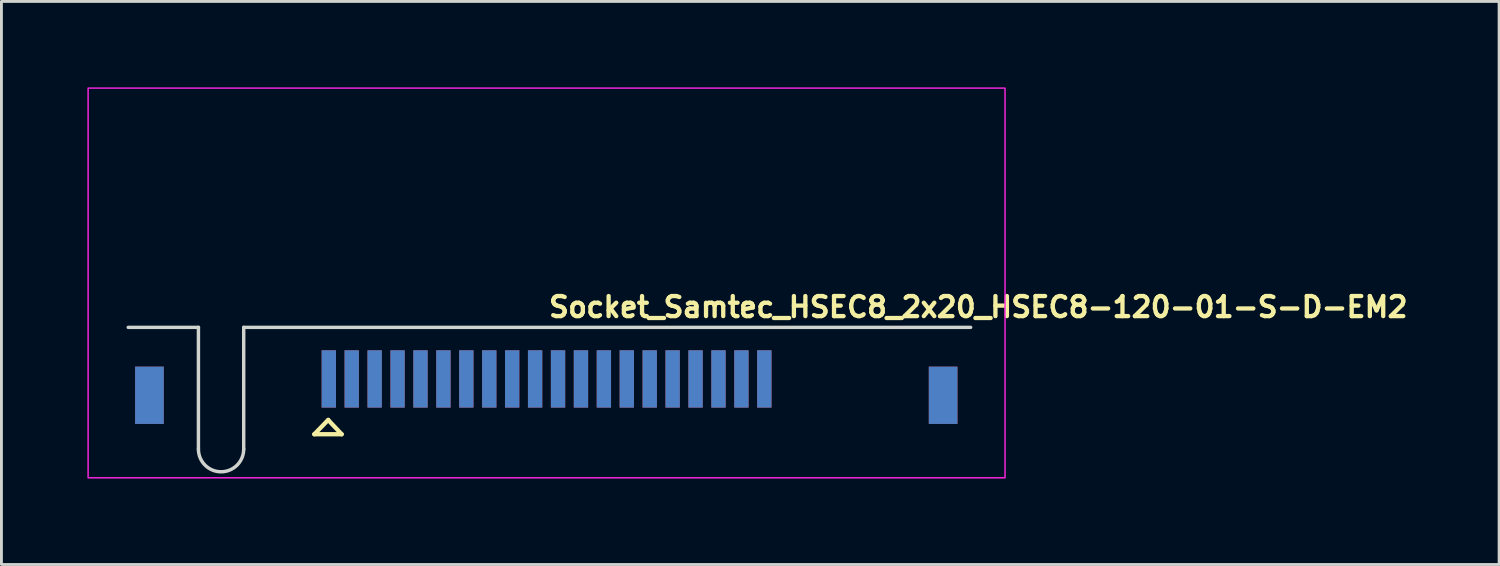
<source format=kicad_pcb>
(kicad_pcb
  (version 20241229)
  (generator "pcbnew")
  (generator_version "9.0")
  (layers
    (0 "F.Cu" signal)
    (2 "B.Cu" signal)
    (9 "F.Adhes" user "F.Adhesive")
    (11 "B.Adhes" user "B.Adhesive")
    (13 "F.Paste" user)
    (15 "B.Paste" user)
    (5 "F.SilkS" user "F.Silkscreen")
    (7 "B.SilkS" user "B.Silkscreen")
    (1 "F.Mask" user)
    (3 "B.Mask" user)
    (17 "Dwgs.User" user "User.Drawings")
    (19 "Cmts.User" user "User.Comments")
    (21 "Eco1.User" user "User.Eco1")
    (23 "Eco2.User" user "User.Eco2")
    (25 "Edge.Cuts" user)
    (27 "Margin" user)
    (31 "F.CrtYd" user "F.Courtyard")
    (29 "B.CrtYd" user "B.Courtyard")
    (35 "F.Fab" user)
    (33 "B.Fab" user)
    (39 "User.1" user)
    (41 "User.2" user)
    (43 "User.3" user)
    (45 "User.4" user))
  (footprint "Socket_Samtec_HSEC8_2x20_HSEC8-120-01-S-D-EM2"
    (layer "F.Cu")
    (at 16.025 6.825)
    (property "Reference" "Socket_Samtec_HSEC8_2x20_HSEC8-120-01-S-D-EM2" (at 0 1.25 0) (layer "F.SilkS") (effects (font (size 0.7 0.7) (thickness 0.15)) (justify left bottom)))
    (fp_line (start -8.106 5.28) (end -7.151 5.28) (stroke (width 0.15) (type solid)) (layer "F.SilkS"))
    (fp_line (start -7.619 4.777) (end -8.106 5.28) (stroke (width 0.15) (type solid)) (layer "F.SilkS"))
    (fp_line (start -7.151 5.28) (end -7.619 4.785) (stroke (width 0.15) (type solid)) (layer "F.SilkS"))
    (fp_line (start -12.15 1.55) (end -14.6 1.55) (stroke (width 0.12) (type solid)) (layer "Edge.Cuts"))
    (fp_line (start -12.15 1.55) (end -12.15 5.8) (stroke (width 0.12) (type solid)) (layer "Edge.Cuts"))
    (fp_line (start -10.57 1.55) (end 14.8 1.55) (stroke (width 0.12) (type solid)) (layer "Edge.Cuts"))
    (fp_line (start -10.57 5.8) (end -10.57 1.55) (stroke (width 0.12) (type solid)) (layer "Edge.Cuts"))
    (fp_arc (start -10.57 5.8) (mid -11.36 6.59) (end -12.15 5.8) (stroke (width 0.12) (type default)) (layer "Edge.Cuts"))
    (fp_rect (start -16 -6.8) (end 16 6.8) (stroke (width 0.05) (type solid)) (fill no) (layer "F.CrtYd"))
    (fp_rect (start -15.6 -6.4) (end 15.6 6.4) (stroke (width 0.1) (type solid)) (fill no) (layer "User.5"))
    (fp_line (start -15.6 -2.2) (end -15.6 1.15) (stroke (width 0.02) (type solid)) (layer "User.9"))
    (fp_line (start -15.6 -2.2) (end -14.4 -2.2) (stroke (width 0.02) (type solid)) (layer "User.9"))
    (fp_line (start -15.6 1.15) (end -15.6 1.4) (stroke (width 0.02) (type solid)) (layer "User.9"))
    (fp_line (start -15.6 1.4) (end -15.47 1.4) (stroke (width 0.02) (type solid)) (layer "User.9"))
    (fp_line (start -15.47 5.28) (end -15.47 1.4) (stroke (width 0.02) (type solid)) (layer "User.9"))
    (fp_line (start -15.47 6.4) (end -15.47 1.4) (stroke (width 0.02) (type solid)) (layer "User.9"))
    (fp_line (start -14.47 2.9) (end -11.28 2.9) (stroke (width 0.02) (type solid)) (layer "User.9"))
    (fp_line (start -14.47 5) (end -14.47 2.9) (stroke (width 0.02) (type solid)) (layer "User.9"))
    (fp_line (start -14.47 5) (end -12.085 5) (stroke (width 0.02) (type solid)) (layer "User.9"))
    (fp_line (start -14.47 6.4) (end -15.47 6.4) (stroke (width 0.02) (type solid)) (layer "User.9"))
    (fp_line (start -14.47 6.4) (end -14.47 2.9) (stroke (width 0.02) (type solid)) (layer "User.9"))
    (fp_line (start -14.47 6.4) (end -11.28 6.4) (stroke (width 0.02) (type solid)) (layer "User.9"))
    (fp_line (start -14.4 -2.2) (end -14.4 1.15) (stroke (width 0.02) (type solid)) (layer "User.9"))
    (fp_line (start -14.4 -2.2) (end -9.3 -2.2) (stroke (width 0.02) (type solid)) (layer "User.9"))
    (fp_line (start -14.4 1.15) (end -15.6 1.15) (stroke (width 0.02) (type solid)) (layer "User.9"))
    (fp_line (start -13.975 -2.3) (end -13.975 -2.2) (stroke (width 0.02) (type solid)) (layer "User.9"))
    (fp_line (start -13.975 2.9) (end -14.47 2.9) (stroke (width 0.02) (type solid)) (layer "User.9"))
    (fp_line (start -13.975 2.9) (end -13.975 4.785) (stroke (width 0.02) (type solid)) (layer "User.9"))
    (fp_line (start -13.725 -2.3) (end -13.975 -2.3) (stroke (width 0.02) (type solid)) (layer "User.9"))
    (fp_line (start -13.725 -2.3) (end -13.725 -2.2) (stroke (width 0.02) (type solid)) (layer "User.9"))
    (fp_line (start -13.725 2.9) (end -13.725 4.785) (stroke (width 0.02) (type solid)) (layer "User.9"))
    (fp_line (start -13.725 4.785) (end -13.975 4.785) (stroke (width 0.02) (type solid)) (layer "User.9"))
    (fp_line (start -13.1 2.9) (end -13.725 2.9) (stroke (width 0.02) (type solid)) (layer "User.9"))
    (fp_line (start -12.085 5) (end -12.085 2.9) (stroke (width 0.02) (type solid)) (layer "User.9"))
    (fp_line (start -12.085 5) (end -12.085 5) (stroke (width 0.02) (type solid)) (layer "User.9"))
    (fp_line (start -11.28 6.4) (end -11.28 2.9) (stroke (width 0.02) (type solid)) (layer "User.9"))
    (fp_line (start -10.615 1.4) (end -10.615 6.4) (stroke (width 0.02) (type solid)) (layer "User.9"))
    (fp_line (start -10.615 1.4) (end -8 1.4) (stroke (width 0.02) (type solid)) (layer "User.9"))
    (fp_line (start -10.615 6.4) (end -11.28 6.4) (stroke (width 0.02) (type solid)) (layer "User.9"))
    (fp_line (start -10.3 -6.4) (end -10.3 -2.2) (stroke (width 0.02) (type solid)) (layer "User.9"))
    (fp_line (start -10.3 -6.4) (end -9.561 -6.4) (stroke (width 0.02) (type solid)) (layer "User.9"))
    (fp_line (start -10.25 -0.35) (end -10.25 1.15) (stroke (width 0.02) (type solid)) (layer "User.9"))
    (fp_line (start -10.25 1.15) (end -14.4 1.15) (stroke (width 0.02) (type solid)) (layer "User.9"))
    (fp_line (start -9.561 -6.4) (end -8.8 -4.372) (stroke (width 0.02) (type solid)) (layer "User.9"))
    (fp_line (start -9.3 -2.2) (end -9.3 -0.35) (stroke (width 0.02) (type solid)) (layer "User.9"))
    (fp_line (start -9.3 -2.2) (end 9.3 -2.2) (stroke (width 0.02) (type solid)) (layer "User.9"))
    (fp_line (start -9.3 -0.35) (end -10.25 -0.35) (stroke (width 0.02) (type solid)) (layer "User.9"))
    (fp_line (start -8.8 -4.372) (end -8.039 -6.4) (stroke (width 0.02) (type solid)) (layer "User.9"))
    (fp_line (start -8.039 -6.4) (end -9.561 -6.4) (stroke (width 0.02) (type solid)) (layer "User.9"))
    (fp_line (start -8.039 -6.4) (end 10.3 -6.4) (stroke (width 0.02) (type solid)) (layer "User.9"))
    (fp_line (start -8 0.05) (end -8 1.4) (stroke (width 0.02) (type solid)) (layer "User.9"))
    (fp_line (start -7.715 1.4) (end -7.715 1.401) (stroke (width 0.02) (type solid)) (layer "User.9"))
    (fp_line (start -7.715 1.401) (end -7.715 1.404) (stroke (width 0.02) (type solid)) (layer "User.9"))
    (fp_line (start -7.715 1.404) (end -7.715 1.408) (stroke (width 0.02) (type solid)) (layer "User.9"))
    (fp_line (start -7.715 1.408) (end -7.715 1.415) (stroke (width 0.02) (type solid)) (layer "User.9"))
    (fp_line (start -7.715 1.415) (end -7.715 1.423) (stroke (width 0.02) (type solid)) (layer "User.9"))
    (fp_line (start -7.715 1.423) (end -7.715 1.433) (stroke (width 0.02) (type solid)) (layer "User.9"))
    (fp_line (start -7.715 1.433) (end -7.715 1.444) (stroke (width 0.02) (type solid)) (layer "User.9"))
    (fp_line (start -7.715 1.444) (end -7.715 1.456) (stroke (width 0.02) (type solid)) (layer "User.9"))
    (fp_line (start -7.715 1.456) (end -7.715 1.47) (stroke (width 0.02) (type solid)) (layer "User.9"))
    (fp_line (start -7.715 1.47) (end -7.715 1.485) (stroke (width 0.02) (type solid)) (layer "User.9"))
    (fp_line (start -7.715 1.485) (end -7.715 1.5) (stroke (width 0.02) (type solid)) (layer "User.9"))
    (fp_line (start -7.715 1.5) (end -7.715 1.517) (stroke (width 0.02) (type solid)) (layer "User.9"))
    (fp_line (start -7.715 1.517) (end -7.715 1.533) (stroke (width 0.02) (type solid)) (layer "User.9"))
    (fp_line (start -7.715 1.533) (end -7.715 1.55) (stroke (width 0.02) (type solid)) (layer "User.9"))
    (fp_line (start -7.715 3.21) (end -7.715 1.55) (stroke (width 0.02) (type solid)) (layer "User.9"))
    (fp_line (start -7.715 3.71) (end -7.715 3.21) (stroke (width 0.02) (type solid)) (layer "User.9"))
    (fp_line (start -7.485 1.401) (end -7.485 1.4) (stroke (width 0.02) (type solid)) (layer "User.9"))
    (fp_line (start -7.485 1.404) (end -7.485 1.401) (stroke (width 0.02) (type solid)) (layer "User.9"))
    (fp_line (start -7.485 1.408) (end -7.485 1.404) (stroke (width 0.02) (type solid)) (layer "User.9"))
    (fp_line (start -7.485 1.415) (end -7.485 1.408) (stroke (width 0.02) (type solid)) (layer "User.9"))
    (fp_line (start -7.485 1.423) (end -7.485 1.415) (stroke (width 0.02) (type solid)) (layer "User.9"))
    (fp_line (start -7.485 1.433) (end -7.485 1.423) (stroke (width 0.02) (type solid)) (layer "User.9"))
    (fp_line (start -7.485 1.444) (end -7.485 1.433) (stroke (width 0.02) (type solid)) (layer "User.9"))
    (fp_line (start -7.485 1.456) (end -7.485 1.444) (stroke (width 0.02) (type solid)) (layer "User.9"))
    (fp_line (start -7.485 1.47) (end -7.485 1.456) (stroke (width 0.02) (type solid)) (layer "User.9"))
    (fp_line (start -7.485 1.485) (end -7.485 1.47) (stroke (width 0.02) (type solid)) (layer "User.9"))
    (fp_line (start -7.485 1.5) (end -7.485 1.485) (stroke (width 0.02) (type solid)) (layer "User.9"))
    (fp_line (start -7.485 1.517) (end -7.485 1.5) (stroke (width 0.02) (type solid)) (layer "User.9"))
    (fp_line (start -7.485 1.533) (end -7.485 1.517) (stroke (width 0.02) (type solid)) (layer "User.9"))
    (fp_line (start -7.485 1.55) (end -7.715 1.55) (stroke (width 0.02) (type solid)) (layer "User.9"))
    (fp_line (start -7.485 1.55) (end -7.485 1.533) (stroke (width 0.02) (type solid)) (layer "User.9"))
    (fp_line (start -7.485 1.55) (end -7.485 3.21) (stroke (width 0.02) (type solid)) (layer "User.9"))
    (fp_line (start -7.485 3.21) (end -7.715 3.21) (stroke (width 0.02) (type solid)) (layer "User.9"))
    (fp_line (start -7.485 3.21) (end -7.485 3.71) (stroke (width 0.02) (type solid)) (layer "User.9"))
    (fp_line (start -7.485 3.71) (end -7.715 3.71) (stroke (width 0.02) (type solid)) (layer "User.9"))
    (fp_line (start -6.915 1.4) (end -6.915 1.401) (stroke (width 0.02) (type solid)) (layer "User.9"))
    (fp_line (start -6.915 1.401) (end -6.915 1.404) (stroke (width 0.02) (type solid)) (layer "User.9"))
    (fp_line (start -6.915 1.404) (end -6.915 1.408) (stroke (width 0.02) (type solid)) (layer "User.9"))
    (fp_line (start -6.915 1.408) (end -6.915 1.415) (stroke (width 0.02) (type solid)) (layer "User.9"))
    (fp_line (start -6.915 1.415) (end -6.915 1.423) (stroke (width 0.02) (type solid)) (layer "User.9"))
    (fp_line (start -6.915 1.423) (end -6.915 1.433) (stroke (width 0.02) (type solid)) (layer "User.9"))
    (fp_line (start -6.915 1.433) (end -6.915 1.444) (stroke (width 0.02) (type solid)) (layer "User.9"))
    (fp_line (start -6.915 1.444) (end -6.915 1.456) (stroke (width 0.02) (type solid)) (layer "User.9"))
    (fp_line (start -6.915 1.456) (end -6.915 1.47) (stroke (width 0.02) (type solid)) (layer "User.9"))
    (fp_line (start -6.915 1.47) (end -6.915 1.485) (stroke (width 0.02) (type solid)) (layer "User.9"))
    (fp_line (start -6.915 1.485) (end -6.915 1.5) (stroke (width 0.02) (type solid)) (layer "User.9"))
    (fp_line (start -6.915 1.5) (end -6.915 1.517) (stroke (width 0.02) (type solid)) (layer "User.9"))
    (fp_line (start -6.915 1.517) (end -6.915 1.533) (stroke (width 0.02) (type solid)) (layer "User.9"))
    (fp_line (start -6.915 1.533) (end -6.915 1.55) (stroke (width 0.02) (type solid)) (layer "User.9"))
    (fp_line (start -6.915 3.21) (end -6.915 1.55) (stroke (width 0.02) (type solid)) (layer "User.9"))
    (fp_line (start -6.915 3.71) (end -6.915 3.21) (stroke (width 0.02) (type solid)) (layer "User.9"))
    (fp_line (start -6.685 1.401) (end -6.685 1.4) (stroke (width 0.02) (type solid)) (layer "User.9"))
    (fp_line (start -6.685 1.404) (end -6.685 1.401) (stroke (width 0.02) (type solid)) (layer "User.9"))
    (fp_line (start -6.685 1.408) (end -6.685 1.404) (stroke (width 0.02) (type solid)) (layer "User.9"))
    (fp_line (start -6.685 1.415) (end -6.685 1.408) (stroke (width 0.02) (type solid)) (layer "User.9"))
    (fp_line (start -6.685 1.423) (end -6.685 1.415) (stroke (width 0.02) (type solid)) (layer "User.9"))
    (fp_line (start -6.685 1.433) (end -6.685 1.423) (stroke (width 0.02) (type solid)) (layer "User.9"))
    (fp_line (start -6.685 1.444) (end -6.685 1.433) (stroke (width 0.02) (type solid)) (layer "User.9"))
    (fp_line (start -6.685 1.456) (end -6.685 1.444) (stroke (width 0.02) (type solid)) (layer "User.9"))
    (fp_line (start -6.685 1.47) (end -6.685 1.456) (stroke (width 0.02) (type solid)) (layer "User.9"))
    (fp_line (start -6.685 1.485) (end -6.685 1.47) (stroke (width 0.02) (type solid)) (layer "User.9"))
    (fp_line (start -6.685 1.5) (end -6.685 1.485) (stroke (width 0.02) (type solid)) (layer "User.9"))
    (fp_line (start -6.685 1.517) (end -6.685 1.5) (stroke (width 0.02) (type solid)) (layer "User.9"))
    (fp_line (start -6.685 1.533) (end -6.685 1.517) (stroke (width 0.02) (type solid)) (layer "User.9"))
    (fp_line (start -6.685 1.55) (end -6.915 1.55) (stroke (width 0.02) (type solid)) (layer "User.9"))
    (fp_line (start -6.685 1.55) (end -6.685 1.533) (stroke (width 0.02) (type solid)) (layer "User.9"))
    (fp_line (start -6.685 1.55) (end -6.685 3.21) (stroke (width 0.02) (type solid)) (layer "User.9"))
    (fp_line (start -6.685 3.21) (end -6.915 3.21) (stroke (width 0.02) (type solid)) (layer "User.9"))
    (fp_line (start -6.685 3.21) (end -6.685 3.71) (stroke (width 0.02) (type solid)) (layer "User.9"))
    (fp_line (start -6.685 3.71) (end -6.915 3.71) (stroke (width 0.02) (type solid)) (layer "User.9"))
    (fp_line (start -6.115 1.4) (end -6.115 1.401) (stroke (width 0.02) (type solid)) (layer "User.9"))
    (fp_line (start -6.115 1.401) (end -6.115 1.404) (stroke (width 0.02) (type solid)) (layer "User.9"))
    (fp_line (start -6.115 1.404) (end -6.115 1.408) (stroke (width 0.02) (type solid)) (layer "User.9"))
    (fp_line (start -6.115 1.408) (end -6.115 1.415) (stroke (width 0.02) (type solid)) (layer "User.9"))
    (fp_line (start -6.115 1.415) (end -6.115 1.423) (stroke (width 0.02) (type solid)) (layer "User.9"))
    (fp_line (start -6.115 1.423) (end -6.115 1.433) (stroke (width 0.02) (type solid)) (layer "User.9"))
    (fp_line (start -6.115 1.433) (end -6.115 1.444) (stroke (width 0.02) (type solid)) (layer "User.9"))
    (fp_line (start -6.115 1.444) (end -6.115 1.456) (stroke (width 0.02) (type solid)) (layer "User.9"))
    (fp_line (start -6.115 1.456) (end -6.115 1.47) (stroke (width 0.02) (type solid)) (layer "User.9"))
    (fp_line (start -6.115 1.47) (end -6.115 1.485) (stroke (width 0.02) (type solid)) (layer "User.9"))
    (fp_line (start -6.115 1.485) (end -6.115 1.5) (stroke (width 0.02) (type solid)) (layer "User.9"))
    (fp_line (start -6.115 1.5) (end -6.115 1.517) (stroke (width 0.02) (type solid)) (layer "User.9"))
    (fp_line (start -6.115 1.517) (end -6.115 1.533) (stroke (width 0.02) (type solid)) (layer "User.9"))
    (fp_line (start -6.115 1.533) (end -6.115 1.55) (stroke (width 0.02) (type solid)) (layer "User.9"))
    (fp_line (start -6.115 3.21) (end -6.115 1.55) (stroke (width 0.02) (type solid)) (layer "User.9"))
    (fp_line (start -6.115 3.71) (end -6.115 3.21) (stroke (width 0.02) (type solid)) (layer "User.9"))
    (fp_line (start -5.885 1.401) (end -5.885 1.4) (stroke (width 0.02) (type solid)) (layer "User.9"))
    (fp_line (start -5.885 1.404) (end -5.885 1.401) (stroke (width 0.02) (type solid)) (layer "User.9"))
    (fp_line (start -5.885 1.408) (end -5.885 1.404) (stroke (width 0.02) (type solid)) (layer "User.9"))
    (fp_line (start -5.885 1.415) (end -5.885 1.408) (stroke (width 0.02) (type solid)) (layer "User.9"))
    (fp_line (start -5.885 1.423) (end -5.885 1.415) (stroke (width 0.02) (type solid)) (layer "User.9"))
    (fp_line (start -5.885 1.433) (end -5.885 1.423) (stroke (width 0.02) (type solid)) (layer "User.9"))
    (fp_line (start -5.885 1.444) (end -5.885 1.433) (stroke (width 0.02) (type solid)) (layer "User.9"))
    (fp_line (start -5.885 1.456) (end -5.885 1.444) (stroke (width 0.02) (type solid)) (layer "User.9"))
    (fp_line (start -5.885 1.47) (end -5.885 1.456) (stroke (width 0.02) (type solid)) (layer "User.9"))
    (fp_line (start -5.885 1.485) (end -5.885 1.47) (stroke (width 0.02) (type solid)) (layer "User.9"))
    (fp_line (start -5.885 1.5) (end -5.885 1.485) (stroke (width 0.02) (type solid)) (layer "User.9"))
    (fp_line (start -5.885 1.517) (end -5.885 1.5) (stroke (width 0.02) (type solid)) (layer "User.9"))
    (fp_line (start -5.885 1.533) (end -5.885 1.517) (stroke (width 0.02) (type solid)) (layer "User.9"))
    (fp_line (start -5.885 1.55) (end -6.115 1.55) (stroke (width 0.02) (type solid)) (layer "User.9"))
    (fp_line (start -5.885 1.55) (end -5.885 1.533) (stroke (width 0.02) (type solid)) (layer "User.9"))
    (fp_line (start -5.885 1.55) (end -5.885 3.21) (stroke (width 0.02) (type solid)) (layer "User.9"))
    (fp_line (start -5.885 3.21) (end -6.115 3.21) (stroke (width 0.02) (type solid)) (layer "User.9"))
    (fp_line (start -5.885 3.21) (end -5.885 3.71) (stroke (width 0.02) (type solid)) (layer "User.9"))
    (fp_line (start -5.885 3.71) (end -6.115 3.71) (stroke (width 0.02) (type solid)) (layer "User.9"))
    (fp_line (start -5.315 1.4) (end -5.315 1.401) (stroke (width 0.02) (type solid)) (layer "User.9"))
    (fp_line (start -5.315 1.401) (end -5.315 1.404) (stroke (width 0.02) (type solid)) (layer "User.9"))
    (fp_line (start -5.315 1.404) (end -5.315 1.408) (stroke (width 0.02) (type solid)) (layer "User.9"))
    (fp_line (start -5.315 1.408) (end -5.315 1.415) (stroke (width 0.02) (type solid)) (layer "User.9"))
    (fp_line (start -5.315 1.415) (end -5.315 1.423) (stroke (width 0.02) (type solid)) (layer "User.9"))
    (fp_line (start -5.315 1.423) (end -5.315 1.433) (stroke (width 0.02) (type solid)) (layer "User.9"))
    (fp_line (start -5.315 1.433) (end -5.315 1.444) (stroke (width 0.02) (type solid)) (layer "User.9"))
    (fp_line (start -5.315 1.444) (end -5.315 1.456) (stroke (width 0.02) (type solid)) (layer "User.9"))
    (fp_line (start -5.315 1.456) (end -5.315 1.47) (stroke (width 0.02) (type solid)) (layer "User.9"))
    (fp_line (start -5.315 1.47) (end -5.315 1.485) (stroke (width 0.02) (type solid)) (layer "User.9"))
    (fp_line (start -5.315 1.485) (end -5.315 1.5) (stroke (width 0.02) (type solid)) (layer "User.9"))
    (fp_line (start -5.315 1.5) (end -5.315 1.517) (stroke (width 0.02) (type solid)) (layer "User.9"))
    (fp_line (start -5.315 1.517) (end -5.315 1.533) (stroke (width 0.02) (type solid)) (layer "User.9"))
    (fp_line (start -5.315 1.533) (end -5.315 1.55) (stroke (width 0.02) (type solid)) (layer "User.9"))
    (fp_line (start -5.315 3.21) (end -5.315 1.55) (stroke (width 0.02) (type solid)) (layer "User.9"))
    (fp_line (start -5.315 3.71) (end -5.315 3.21) (stroke (width 0.02) (type solid)) (layer "User.9"))
    (fp_line (start -5.085 1.401) (end -5.085 1.4) (stroke (width 0.02) (type solid)) (layer "User.9"))
    (fp_line (start -5.085 1.404) (end -5.085 1.401) (stroke (width 0.02) (type solid)) (layer "User.9"))
    (fp_line (start -5.085 1.408) (end -5.085 1.404) (stroke (width 0.02) (type solid)) (layer "User.9"))
    (fp_line (start -5.085 1.415) (end -5.085 1.408) (stroke (width 0.02) (type solid)) (layer "User.9"))
    (fp_line (start -5.085 1.423) (end -5.085 1.415) (stroke (width 0.02) (type solid)) (layer "User.9"))
    (fp_line (start -5.085 1.433) (end -5.085 1.423) (stroke (width 0.02) (type solid)) (layer "User.9"))
    (fp_line (start -5.085 1.444) (end -5.085 1.433) (stroke (width 0.02) (type solid)) (layer "User.9"))
    (fp_line (start -5.085 1.456) (end -5.085 1.444) (stroke (width 0.02) (type solid)) (layer "User.9"))
    (fp_line (start -5.085 1.47) (end -5.085 1.456) (stroke (width 0.02) (type solid)) (layer "User.9"))
    (fp_line (start -5.085 1.485) (end -5.085 1.47) (stroke (width 0.02) (type solid)) (layer "User.9"))
    (fp_line (start -5.085 1.5) (end -5.085 1.485) (stroke (width 0.02) (type solid)) (layer "User.9"))
    (fp_line (start -5.085 1.517) (end -5.085 1.5) (stroke (width 0.02) (type solid)) (layer "User.9"))
    (fp_line (start -5.085 1.533) (end -5.085 1.517) (stroke (width 0.02) (type solid)) (layer "User.9"))
    (fp_line (start -5.085 1.55) (end -5.315 1.55) (stroke (width 0.02) (type solid)) (layer "User.9"))
    (fp_line (start -5.085 1.55) (end -5.085 1.533) (stroke (width 0.02) (type solid)) (layer "User.9"))
    (fp_line (start -5.085 1.55) (end -5.085 3.21) (stroke (width 0.02) (type solid)) (layer "User.9"))
    (fp_line (start -5.085 3.21) (end -5.315 3.21) (stroke (width 0.02) (type solid)) (layer "User.9"))
    (fp_line (start -5.085 3.21) (end -5.085 3.71) (stroke (width 0.02) (type solid)) (layer "User.9"))
    (fp_line (start -5.085 3.71) (end -5.315 3.71) (stroke (width 0.02) (type solid)) (layer "User.9"))
    (fp_line (start -4.515 1.4) (end -4.515 1.401) (stroke (width 0.02) (type solid)) (layer "User.9"))
    (fp_line (start -4.515 1.401) (end -4.515 1.404) (stroke (width 0.02) (type solid)) (layer "User.9"))
    (fp_line (start -4.515 1.404) (end -4.515 1.408) (stroke (width 0.02) (type solid)) (layer "User.9"))
    (fp_line (start -4.515 1.408) (end -4.515 1.415) (stroke (width 0.02) (type solid)) (layer "User.9"))
    (fp_line (start -4.515 1.415) (end -4.515 1.423) (stroke (width 0.02) (type solid)) (layer "User.9"))
    (fp_line (start -4.515 1.423) (end -4.515 1.433) (stroke (width 0.02) (type solid)) (layer "User.9"))
    (fp_line (start -4.515 1.433) (end -4.515 1.444) (stroke (width 0.02) (type solid)) (layer "User.9"))
    (fp_line (start -4.515 1.444) (end -4.515 1.456) (stroke (width 0.02) (type solid)) (layer "User.9"))
    (fp_line (start -4.515 1.456) (end -4.515 1.47) (stroke (width 0.02) (type solid)) (layer "User.9"))
    (fp_line (start -4.515 1.47) (end -4.515 1.485) (stroke (width 0.02) (type solid)) (layer "User.9"))
    (fp_line (start -4.515 1.485) (end -4.515 1.5) (stroke (width 0.02) (type solid)) (layer "User.9"))
    (fp_line (start -4.515 1.5) (end -4.515 1.517) (stroke (width 0.02) (type solid)) (layer "User.9"))
    (fp_line (start -4.515 1.517) (end -4.515 1.533) (stroke (width 0.02) (type solid)) (layer "User.9"))
    (fp_line (start -4.515 1.533) (end -4.515 1.55) (stroke (width 0.02) (type solid)) (layer "User.9"))
    (fp_line (start -4.515 3.21) (end -4.515 1.55) (stroke (width 0.02) (type solid)) (layer "User.9"))
    (fp_line (start -4.515 3.71) (end -4.515 3.21) (stroke (width 0.02) (type solid)) (layer "User.9"))
    (fp_line (start -4.285 1.401) (end -4.285 1.4) (stroke (width 0.02) (type solid)) (layer "User.9"))
    (fp_line (start -4.285 1.404) (end -4.285 1.401) (stroke (width 0.02) (type solid)) (layer "User.9"))
    (fp_line (start -4.285 1.408) (end -4.285 1.404) (stroke (width 0.02) (type solid)) (layer "User.9"))
    (fp_line (start -4.285 1.415) (end -4.285 1.408) (stroke (width 0.02) (type solid)) (layer "User.9"))
    (fp_line (start -4.285 1.423) (end -4.285 1.415) (stroke (width 0.02) (type solid)) (layer "User.9"))
    (fp_line (start -4.285 1.433) (end -4.285 1.423) (stroke (width 0.02) (type solid)) (layer "User.9"))
    (fp_line (start -4.285 1.444) (end -4.285 1.433) (stroke (width 0.02) (type solid)) (layer "User.9"))
    (fp_line (start -4.285 1.456) (end -4.285 1.444) (stroke (width 0.02) (type solid)) (layer "User.9"))
    (fp_line (start -4.285 1.47) (end -4.285 1.456) (stroke (width 0.02) (type solid)) (layer "User.9"))
    (fp_line (start -4.285 1.485) (end -4.285 1.47) (stroke (width 0.02) (type solid)) (layer "User.9"))
    (fp_line (start -4.285 1.5) (end -4.285 1.485) (stroke (width 0.02) (type solid)) (layer "User.9"))
    (fp_line (start -4.285 1.517) (end -4.285 1.5) (stroke (width 0.02) (type solid)) (layer "User.9"))
    (fp_line (start -4.285 1.533) (end -4.285 1.517) (stroke (width 0.02) (type solid)) (layer "User.9"))
    (fp_line (start -4.285 1.55) (end -4.515 1.55) (stroke (width 0.02) (type solid)) (layer "User.9"))
    (fp_line (start -4.285 1.55) (end -4.285 1.533) (stroke (width 0.02) (type solid)) (layer "User.9"))
    (fp_line (start -4.285 1.55) (end -4.285 3.21) (stroke (width 0.02) (type solid)) (layer "User.9"))
    (fp_line (start -4.285 3.21) (end -4.515 3.21) (stroke (width 0.02) (type solid)) (layer "User.9"))
    (fp_line (start -4.285 3.21) (end -4.285 3.71) (stroke (width 0.02) (type solid)) (layer "User.9"))
    (fp_line (start -4.285 3.71) (end -4.515 3.71) (stroke (width 0.02) (type solid)) (layer "User.9"))
    (fp_line (start -3.715 1.4) (end -3.715 1.401) (stroke (width 0.02) (type solid)) (layer "User.9"))
    (fp_line (start -3.715 1.401) (end -3.715 1.404) (stroke (width 0.02) (type solid)) (layer "User.9"))
    (fp_line (start -3.715 1.404) (end -3.715 1.408) (stroke (width 0.02) (type solid)) (layer "User.9"))
    (fp_line (start -3.715 1.408) (end -3.715 1.415) (stroke (width 0.02) (type solid)) (layer "User.9"))
    (fp_line (start -3.715 1.415) (end -3.715 1.423) (stroke (width 0.02) (type solid)) (layer "User.9"))
    (fp_line (start -3.715 1.423) (end -3.715 1.433) (stroke (width 0.02) (type solid)) (layer "User.9"))
    (fp_line (start -3.715 1.433) (end -3.715 1.444) (stroke (width 0.02) (type solid)) (layer "User.9"))
    (fp_line (start -3.715 1.444) (end -3.715 1.456) (stroke (width 0.02) (type solid)) (layer "User.9"))
    (fp_line (start -3.715 1.456) (end -3.715 1.47) (stroke (width 0.02) (type solid)) (layer "User.9"))
    (fp_line (start -3.715 1.47) (end -3.715 1.485) (stroke (width 0.02) (type solid)) (layer "User.9"))
    (fp_line (start -3.715 1.485) (end -3.715 1.5) (stroke (width 0.02) (type solid)) (layer "User.9"))
    (fp_line (start -3.715 1.5) (end -3.715 1.517) (stroke (width 0.02) (type solid)) (layer "User.9"))
    (fp_line (start -3.715 1.517) (end -3.715 1.533) (stroke (width 0.02) (type solid)) (layer "User.9"))
    (fp_line (start -3.715 1.533) (end -3.715 1.55) (stroke (width 0.02) (type solid)) (layer "User.9"))
    (fp_line (start -3.715 3.21) (end -3.715 1.55) (stroke (width 0.02) (type solid)) (layer "User.9"))
    (fp_line (start -3.715 3.71) (end -3.715 3.21) (stroke (width 0.02) (type solid)) (layer "User.9"))
    (fp_line (start -3.485 1.401) (end -3.485 1.4) (stroke (width 0.02) (type solid)) (layer "User.9"))
    (fp_line (start -3.485 1.404) (end -3.485 1.401) (stroke (width 0.02) (type solid)) (layer "User.9"))
    (fp_line (start -3.485 1.408) (end -3.485 1.404) (stroke (width 0.02) (type solid)) (layer "User.9"))
    (fp_line (start -3.485 1.415) (end -3.485 1.408) (stroke (width 0.02) (type solid)) (layer "User.9"))
    (fp_line (start -3.485 1.423) (end -3.485 1.415) (stroke (width 0.02) (type solid)) (layer "User.9"))
    (fp_line (start -3.485 1.433) (end -3.485 1.423) (stroke (width 0.02) (type solid)) (layer "User.9"))
    (fp_line (start -3.485 1.444) (end -3.485 1.433) (stroke (width 0.02) (type solid)) (layer "User.9"))
    (fp_line (start -3.485 1.456) (end -3.485 1.444) (stroke (width 0.02) (type solid)) (layer "User.9"))
    (fp_line (start -3.485 1.47) (end -3.485 1.456) (stroke (width 0.02) (type solid)) (layer "User.9"))
    (fp_line (start -3.485 1.485) (end -3.485 1.47) (stroke (width 0.02) (type solid)) (layer "User.9"))
    (fp_line (start -3.485 1.5) (end -3.485 1.485) (stroke (width 0.02) (type solid)) (layer "User.9"))
    (fp_line (start -3.485 1.517) (end -3.485 1.5) (stroke (width 0.02) (type solid)) (layer "User.9"))
    (fp_line (start -3.485 1.533) (end -3.485 1.517) (stroke (width 0.02) (type solid)) (layer "User.9"))
    (fp_line (start -3.485 1.55) (end -3.715 1.55) (stroke (width 0.02) (type solid)) (layer "User.9"))
    (fp_line (start -3.485 1.55) (end -3.485 1.533) (stroke (width 0.02) (type solid)) (layer "User.9"))
    (fp_line (start -3.485 1.55) (end -3.485 3.21) (stroke (width 0.02) (type solid)) (layer "User.9"))
    (fp_line (start -3.485 3.21) (end -3.715 3.21) (stroke (width 0.02) (type solid)) (layer "User.9"))
    (fp_line (start -3.485 3.21) (end -3.485 3.71) (stroke (width 0.02) (type solid)) (layer "User.9"))
    (fp_line (start -3.485 3.71) (end -3.715 3.71) (stroke (width 0.02) (type solid)) (layer "User.9"))
    (fp_line (start -2.915 1.4) (end -2.915 1.401) (stroke (width 0.02) (type solid)) (layer "User.9"))
    (fp_line (start -2.915 1.401) (end -2.915 1.404) (stroke (width 0.02) (type solid)) (layer "User.9"))
    (fp_line (start -2.915 1.404) (end -2.915 1.408) (stroke (width 0.02) (type solid)) (layer "User.9"))
    (fp_line (start -2.915 1.408) (end -2.915 1.415) (stroke (width 0.02) (type solid)) (layer "User.9"))
    (fp_line (start -2.915 1.415) (end -2.915 1.423) (stroke (width 0.02) (type solid)) (layer "User.9"))
    (fp_line (start -2.915 1.423) (end -2.915 1.433) (stroke (width 0.02) (type solid)) (layer "User.9"))
    (fp_line (start -2.915 1.433) (end -2.915 1.444) (stroke (width 0.02) (type solid)) (layer "User.9"))
    (fp_line (start -2.915 1.444) (end -2.915 1.456) (stroke (width 0.02) (type solid)) (layer "User.9"))
    (fp_line (start -2.915 1.456) (end -2.915 1.47) (stroke (width 0.02) (type solid)) (layer "User.9"))
    (fp_line (start -2.915 1.47) (end -2.915 1.485) (stroke (width 0.02) (type solid)) (layer "User.9"))
    (fp_line (start -2.915 1.485) (end -2.915 1.5) (stroke (width 0.02) (type solid)) (layer "User.9"))
    (fp_line (start -2.915 1.5) (end -2.915 1.517) (stroke (width 0.02) (type solid)) (layer "User.9"))
    (fp_line (start -2.915 1.517) (end -2.915 1.533) (stroke (width 0.02) (type solid)) (layer "User.9"))
    (fp_line (start -2.915 1.533) (end -2.915 1.55) (stroke (width 0.02) (type solid)) (layer "User.9"))
    (fp_line (start -2.915 3.21) (end -2.915 1.55) (stroke (width 0.02) (type solid)) (layer "User.9"))
    (fp_line (start -2.915 3.71) (end -2.915 3.21) (stroke (width 0.02) (type solid)) (layer "User.9"))
    (fp_line (start -2.685 1.401) (end -2.685 1.4) (stroke (width 0.02) (type solid)) (layer "User.9"))
    (fp_line (start -2.685 1.404) (end -2.685 1.401) (stroke (width 0.02) (type solid)) (layer "User.9"))
    (fp_line (start -2.685 1.408) (end -2.685 1.404) (stroke (width 0.02) (type solid)) (layer "User.9"))
    (fp_line (start -2.685 1.415) (end -2.685 1.408) (stroke (width 0.02) (type solid)) (layer "User.9"))
    (fp_line (start -2.685 1.423) (end -2.685 1.415) (stroke (width 0.02) (type solid)) (layer "User.9"))
    (fp_line (start -2.685 1.433) (end -2.685 1.423) (stroke (width 0.02) (type solid)) (layer "User.9"))
    (fp_line (start -2.685 1.444) (end -2.685 1.433) (stroke (width 0.02) (type solid)) (layer "User.9"))
    (fp_line (start -2.685 1.456) (end -2.685 1.444) (stroke (width 0.02) (type solid)) (layer "User.9"))
    (fp_line (start -2.685 1.47) (end -2.685 1.456) (stroke (width 0.02) (type solid)) (layer "User.9"))
    (fp_line (start -2.685 1.485) (end -2.685 1.47) (stroke (width 0.02) (type solid)) (layer "User.9"))
    (fp_line (start -2.685 1.5) (end -2.685 1.485) (stroke (width 0.02) (type solid)) (layer "User.9"))
    (fp_line (start -2.685 1.517) (end -2.685 1.5) (stroke (width 0.02) (type solid)) (layer "User.9"))
    (fp_line (start -2.685 1.533) (end -2.685 1.517) (stroke (width 0.02) (type solid)) (layer "User.9"))
    (fp_line (start -2.685 1.55) (end -2.915 1.55) (stroke (width 0.02) (type solid)) (layer "User.9"))
    (fp_line (start -2.685 1.55) (end -2.685 1.533) (stroke (width 0.02) (type solid)) (layer "User.9"))
    (fp_line (start -2.685 1.55) (end -2.685 3.21) (stroke (width 0.02) (type solid)) (layer "User.9"))
    (fp_line (start -2.685 3.21) (end -2.915 3.21) (stroke (width 0.02) (type solid)) (layer "User.9"))
    (fp_line (start -2.685 3.21) (end -2.685 3.71) (stroke (width 0.02) (type solid)) (layer "User.9"))
    (fp_line (start -2.685 3.71) (end -2.915 3.71) (stroke (width 0.02) (type solid)) (layer "User.9"))
    (fp_line (start -2.115 1.4) (end -2.115 1.401) (stroke (width 0.02) (type solid)) (layer "User.9"))
    (fp_line (start -2.115 1.401) (end -2.115 1.404) (stroke (width 0.02) (type solid)) (layer "User.9"))
    (fp_line (start -2.115 1.404) (end -2.115 1.408) (stroke (width 0.02) (type solid)) (layer "User.9"))
    (fp_line (start -2.115 1.408) (end -2.115 1.415) (stroke (width 0.02) (type solid)) (layer "User.9"))
    (fp_line (start -2.115 1.415) (end -2.115 1.423) (stroke (width 0.02) (type solid)) (layer "User.9"))
    (fp_line (start -2.115 1.423) (end -2.115 1.433) (stroke (width 0.02) (type solid)) (layer "User.9"))
    (fp_line (start -2.115 1.433) (end -2.115 1.444) (stroke (width 0.02) (type solid)) (layer "User.9"))
    (fp_line (start -2.115 1.444) (end -2.115 1.456) (stroke (width 0.02) (type solid)) (layer "User.9"))
    (fp_line (start -2.115 1.456) (end -2.115 1.47) (stroke (width 0.02) (type solid)) (layer "User.9"))
    (fp_line (start -2.115 1.47) (end -2.115 1.485) (stroke (width 0.02) (type solid)) (layer "User.9"))
    (fp_line (start -2.115 1.485) (end -2.115 1.5) (stroke (width 0.02) (type solid)) (layer "User.9"))
    (fp_line (start -2.115 1.5) (end -2.115 1.517) (stroke (width 0.02) (type solid)) (layer "User.9"))
    (fp_line (start -2.115 1.517) (end -2.115 1.533) (stroke (width 0.02) (type solid)) (layer "User.9"))
    (fp_line (start -2.115 1.533) (end -2.115 1.55) (stroke (width 0.02) (type solid)) (layer "User.9"))
    (fp_line (start -2.115 3.21) (end -2.115 1.55) (stroke (width 0.02) (type solid)) (layer "User.9"))
    (fp_line (start -2.115 3.71) (end -2.115 3.21) (stroke (width 0.02) (type solid)) (layer "User.9"))
    (fp_line (start -1.885 1.401) (end -1.885 1.4) (stroke (width 0.02) (type solid)) (layer "User.9"))
    (fp_line (start -1.885 1.404) (end -1.885 1.401) (stroke (width 0.02) (type solid)) (layer "User.9"))
    (fp_line (start -1.885 1.408) (end -1.885 1.404) (stroke (width 0.02) (type solid)) (layer "User.9"))
    (fp_line (start -1.885 1.415) (end -1.885 1.408) (stroke (width 0.02) (type solid)) (layer "User.9"))
    (fp_line (start -1.885 1.423) (end -1.885 1.415) (stroke (width 0.02) (type solid)) (layer "User.9"))
    (fp_line (start -1.885 1.433) (end -1.885 1.423) (stroke (width 0.02) (type solid)) (layer "User.9"))
    (fp_line (start -1.885 1.444) (end -1.885 1.433) (stroke (width 0.02) (type solid)) (layer "User.9"))
    (fp_line (start -1.885 1.456) (end -1.885 1.444) (stroke (width 0.02) (type solid)) (layer "User.9"))
    (fp_line (start -1.885 1.47) (end -1.885 1.456) (stroke (width 0.02) (type solid)) (layer "User.9"))
    (fp_line (start -1.885 1.485) (end -1.885 1.47) (stroke (width 0.02) (type solid)) (layer "User.9"))
    (fp_line (start -1.885 1.5) (end -1.885 1.485) (stroke (width 0.02) (type solid)) (layer "User.9"))
    (fp_line (start -1.885 1.517) (end -1.885 1.5) (stroke (width 0.02) (type solid)) (layer "User.9"))
    (fp_line (start -1.885 1.533) (end -1.885 1.517) (stroke (width 0.02) (type solid)) (layer "User.9"))
    (fp_line (start -1.885 1.55) (end -2.115 1.55) (stroke (width 0.02) (type solid)) (layer "User.9"))
    (fp_line (start -1.885 1.55) (end -1.885 1.533) (stroke (width 0.02) (type solid)) (layer "User.9"))
    (fp_line (start -1.885 1.55) (end -1.885 3.21) (stroke (width 0.02) (type solid)) (layer "User.9"))
    (fp_line (start -1.885 3.21) (end -2.115 3.21) (stroke (width 0.02) (type solid)) (layer "User.9"))
    (fp_line (start -1.885 3.21) (end -1.885 3.71) (stroke (width 0.02) (type solid)) (layer "User.9"))
    (fp_line (start -1.885 3.71) (end -2.115 3.71) (stroke (width 0.02) (type solid)) (layer "User.9"))
    (fp_line (start -1.315 1.4) (end -1.315 1.401) (stroke (width 0.02) (type solid)) (layer "User.9"))
    (fp_line (start -1.315 1.401) (end -1.315 1.404) (stroke (width 0.02) (type solid)) (layer "User.9"))
    (fp_line (start -1.315 1.404) (end -1.315 1.408) (stroke (width 0.02) (type solid)) (layer "User.9"))
    (fp_line (start -1.315 1.408) (end -1.315 1.415) (stroke (width 0.02) (type solid)) (layer "User.9"))
    (fp_line (start -1.315 1.415) (end -1.315 1.423) (stroke (width 0.02) (type solid)) (layer "User.9"))
    (fp_line (start -1.315 1.423) (end -1.315 1.433) (stroke (width 0.02) (type solid)) (layer "User.9"))
    (fp_line (start -1.315 1.433) (end -1.315 1.444) (stroke (width 0.02) (type solid)) (layer "User.9"))
    (fp_line (start -1.315 1.444) (end -1.315 1.456) (stroke (width 0.02) (type solid)) (layer "User.9"))
    (fp_line (start -1.315 1.456) (end -1.315 1.47) (stroke (width 0.02) (type solid)) (layer "User.9"))
    (fp_line (start -1.315 1.47) (end -1.315 1.485) (stroke (width 0.02) (type solid)) (layer "User.9"))
    (fp_line (start -1.315 1.485) (end -1.315 1.5) (stroke (width 0.02) (type solid)) (layer "User.9"))
    (fp_line (start -1.315 1.5) (end -1.315 1.517) (stroke (width 0.02) (type solid)) (layer "User.9"))
    (fp_line (start -1.315 1.517) (end -1.315 1.533) (stroke (width 0.02) (type solid)) (layer "User.9"))
    (fp_line (start -1.315 1.533) (end -1.315 1.55) (stroke (width 0.02) (type solid)) (layer "User.9"))
    (fp_line (start -1.315 3.21) (end -1.315 1.55) (stroke (width 0.02) (type solid)) (layer "User.9"))
    (fp_line (start -1.315 3.71) (end -1.315 3.21) (stroke (width 0.02) (type solid)) (layer "User.9"))
    (fp_line (start -1.085 1.401) (end -1.085 1.4) (stroke (width 0.02) (type solid)) (layer "User.9"))
    (fp_line (start -1.085 1.404) (end -1.085 1.401) (stroke (width 0.02) (type solid)) (layer "User.9"))
    (fp_line (start -1.085 1.408) (end -1.085 1.404) (stroke (width 0.02) (type solid)) (layer "User.9"))
    (fp_line (start -1.085 1.415) (end -1.085 1.408) (stroke (width 0.02) (type solid)) (layer "User.9"))
    (fp_line (start -1.085 1.423) (end -1.085 1.415) (stroke (width 0.02) (type solid)) (layer "User.9"))
    (fp_line (start -1.085 1.433) (end -1.085 1.423) (stroke (width 0.02) (type solid)) (layer "User.9"))
    (fp_line (start -1.085 1.444) (end -1.085 1.433) (stroke (width 0.02) (type solid)) (layer "User.9"))
    (fp_line (start -1.085 1.456) (end -1.085 1.444) (stroke (width 0.02) (type solid)) (layer "User.9"))
    (fp_line (start -1.085 1.47) (end -1.085 1.456) (stroke (width 0.02) (type solid)) (layer "User.9"))
    (fp_line (start -1.085 1.485) (end -1.085 1.47) (stroke (width 0.02) (type solid)) (layer "User.9"))
    (fp_line (start -1.085 1.5) (end -1.085 1.485) (stroke (width 0.02) (type solid)) (layer "User.9"))
    (fp_line (start -1.085 1.517) (end -1.085 1.5) (stroke (width 0.02) (type solid)) (layer "User.9"))
    (fp_line (start -1.085 1.533) (end -1.085 1.517) (stroke (width 0.02) (type solid)) (layer "User.9"))
    (fp_line (start -1.085 1.55) (end -1.315 1.55) (stroke (width 0.02) (type solid)) (layer "User.9"))
    (fp_line (start -1.085 1.55) (end -1.085 1.533) (stroke (width 0.02) (type solid)) (layer "User.9"))
    (fp_line (start -1.085 1.55) (end -1.085 3.21) (stroke (width 0.02) (type solid)) (layer "User.9"))
    (fp_line (start -1.085 3.21) (end -1.315 3.21) (stroke (width 0.02) (type solid)) (layer "User.9"))
    (fp_line (start -1.085 3.21) (end -1.085 3.71) (stroke (width 0.02) (type solid)) (layer "User.9"))
    (fp_line (start -1.085 3.71) (end -1.315 3.71) (stroke (width 0.02) (type solid)) (layer "User.9"))
    (fp_line (start -0.515 1.4) (end -0.515 1.401) (stroke (width 0.02) (type solid)) (layer "User.9"))
    (fp_line (start -0.515 1.401) (end -0.515 1.404) (stroke (width 0.02) (type solid)) (layer "User.9"))
    (fp_line (start -0.515 1.404) (end -0.515 1.408) (stroke (width 0.02) (type solid)) (layer "User.9"))
    (fp_line (start -0.515 1.408) (end -0.515 1.415) (stroke (width 0.02) (type solid)) (layer "User.9"))
    (fp_line (start -0.515 1.415) (end -0.515 1.423) (stroke (width 0.02) (type solid)) (layer "User.9"))
    (fp_line (start -0.515 1.423) (end -0.515 1.433) (stroke (width 0.02) (type solid)) (layer "User.9"))
    (fp_line (start -0.515 1.433) (end -0.515 1.444) (stroke (width 0.02) (type solid)) (layer "User.9"))
    (fp_line (start -0.515 1.444) (end -0.515 1.456) (stroke (width 0.02) (type solid)) (layer "User.9"))
    (fp_line (start -0.515 1.456) (end -0.515 1.47) (stroke (width 0.02) (type solid)) (layer "User.9"))
    (fp_line (start -0.515 1.47) (end -0.515 1.485) (stroke (width 0.02) (type solid)) (layer "User.9"))
    (fp_line (start -0.515 1.485) (end -0.515 1.5) (stroke (width 0.02) (type solid)) (layer "User.9"))
    (fp_line (start -0.515 1.5) (end -0.515 1.517) (stroke (width 0.02) (type solid)) (layer "User.9"))
    (fp_line (start -0.515 1.517) (end -0.515 1.533) (stroke (width 0.02) (type solid)) (layer "User.9"))
    (fp_line (start -0.515 1.533) (end -0.515 1.55) (stroke (width 0.02) (type solid)) (layer "User.9"))
    (fp_line (start -0.515 3.21) (end -0.515 1.55) (stroke (width 0.02) (type solid)) (layer "User.9"))
    (fp_line (start -0.515 3.71) (end -0.515 3.21) (stroke (width 0.02) (type solid)) (layer "User.9"))
    (fp_line (start -0.285 1.401) (end -0.285 1.4) (stroke (width 0.02) (type solid)) (layer "User.9"))
    (fp_line (start -0.285 1.404) (end -0.285 1.401) (stroke (width 0.02) (type solid)) (layer "User.9"))
    (fp_line (start -0.285 1.408) (end -0.285 1.404) (stroke (width 0.02) (type solid)) (layer "User.9"))
    (fp_line (start -0.285 1.415) (end -0.285 1.408) (stroke (width 0.02) (type solid)) (layer "User.9"))
    (fp_line (start -0.285 1.423) (end -0.285 1.415) (stroke (width 0.02) (type solid)) (layer "User.9"))
    (fp_line (start -0.285 1.433) (end -0.285 1.423) (stroke (width 0.02) (type solid)) (layer "User.9"))
    (fp_line (start -0.285 1.444) (end -0.285 1.433) (stroke (width 0.02) (type solid)) (layer "User.9"))
    (fp_line (start -0.285 1.456) (end -0.285 1.444) (stroke (width 0.02) (type solid)) (layer "User.9"))
    (fp_line (start -0.285 1.47) (end -0.285 1.456) (stroke (width 0.02) (type solid)) (layer "User.9"))
    (fp_line (start -0.285 1.485) (end -0.285 1.47) (stroke (width 0.02) (type solid)) (layer "User.9"))
    (fp_line (start -0.285 1.5) (end -0.285 1.485) (stroke (width 0.02) (type solid)) (layer "User.9"))
    (fp_line (start -0.285 1.517) (end -0.285 1.5) (stroke (width 0.02) (type solid)) (layer "User.9"))
    (fp_line (start -0.285 1.533) (end -0.285 1.517) (stroke (width 0.02) (type solid)) (layer "User.9"))
    (fp_line (start -0.285 1.55) (end -0.515 1.55) (stroke (width 0.02) (type solid)) (layer "User.9"))
    (fp_line (start -0.285 1.55) (end -0.285 1.533) (stroke (width 0.02) (type solid)) (layer "User.9"))
    (fp_line (start -0.285 1.55) (end -0.285 3.21) (stroke (width 0.02) (type solid)) (layer "User.9"))
    (fp_line (start -0.285 3.21) (end -0.515 3.21) (stroke (width 0.02) (type solid)) (layer "User.9"))
    (fp_line (start -0.285 3.21) (end -0.285 3.71) (stroke (width 0.02) (type solid)) (layer "User.9"))
    (fp_line (start -0.285 3.71) (end -0.515 3.71) (stroke (width 0.02) (type solid)) (layer "User.9"))
    (fp_line (start 0.285 1.4) (end 0.285 1.401) (stroke (width 0.02) (type solid)) (layer "User.9"))
    (fp_line (start 0.285 1.401) (end 0.285 1.404) (stroke (width 0.02) (type solid)) (layer "User.9"))
    (fp_line (start 0.285 1.404) (end 0.285 1.408) (stroke (width 0.02) (type solid)) (layer "User.9"))
    (fp_line (start 0.285 1.408) (end 0.285 1.415) (stroke (width 0.02) (type solid)) (layer "User.9"))
    (fp_line (start 0.285 1.415) (end 0.285 1.423) (stroke (width 0.02) (type solid)) (layer "User.9"))
    (fp_line (start 0.285 1.423) (end 0.285 1.433) (stroke (width 0.02) (type solid)) (layer "User.9"))
    (fp_line (start 0.285 1.433) (end 0.285 1.444) (stroke (width 0.02) (type solid)) (layer "User.9"))
    (fp_line (start 0.285 1.444) (end 0.285 1.456) (stroke (width 0.02) (type solid)) (layer "User.9"))
    (fp_line (start 0.285 1.456) (end 0.285 1.47) (stroke (width 0.02) (type solid)) (layer "User.9"))
    (fp_line (start 0.285 1.47) (end 0.285 1.485) (stroke (width 0.02) (type solid)) (layer "User.9"))
    (fp_line (start 0.285 1.485) (end 0.285 1.5) (stroke (width 0.02) (type solid)) (layer "User.9"))
    (fp_line (start 0.285 1.5) (end 0.285 1.517) (stroke (width 0.02) (type solid)) (layer "User.9"))
    (fp_line (start 0.285 1.517) (end 0.285 1.533) (stroke (width 0.02) (type solid)) (layer "User.9"))
    (fp_line (start 0.285 1.533) (end 0.285 1.55) (stroke (width 0.02) (type solid)) (layer "User.9"))
    (fp_line (start 0.285 3.21) (end 0.285 1.55) (stroke (width 0.02) (type solid)) (layer "User.9"))
    (fp_line (start 0.285 3.71) (end 0.285 3.21) (stroke (width 0.02) (type solid)) (layer "User.9"))
    (fp_line (start 0.515 1.401) (end 0.515 1.4) (stroke (width 0.02) (type solid)) (layer "User.9"))
    (fp_line (start 0.515 1.404) (end 0.515 1.401) (stroke (width 0.02) (type solid)) (layer "User.9"))
    (fp_line (start 0.515 1.408) (end 0.515 1.404) (stroke (width 0.02) (type solid)) (layer "User.9"))
    (fp_line (start 0.515 1.415) (end 0.515 1.408) (stroke (width 0.02) (type solid)) (layer "User.9"))
    (fp_line (start 0.515 1.423) (end 0.515 1.415) (stroke (width 0.02) (type solid)) (layer "User.9"))
    (fp_line (start 0.515 1.433) (end 0.515 1.423) (stroke (width 0.02) (type solid)) (layer "User.9"))
    (fp_line (start 0.515 1.444) (end 0.515 1.433) (stroke (width 0.02) (type solid)) (layer "User.9"))
    (fp_line (start 0.515 1.456) (end 0.515 1.444) (stroke (width 0.02) (type solid)) (layer "User.9"))
    (fp_line (start 0.515 1.47) (end 0.515 1.456) (stroke (width 0.02) (type solid)) (layer "User.9"))
    (fp_line (start 0.515 1.485) (end 0.515 1.47) (stroke (width 0.02) (type solid)) (layer "User.9"))
    (fp_line (start 0.515 1.5) (end 0.515 1.485) (stroke (width 0.02) (type solid)) (layer "User.9"))
    (fp_line (start 0.515 1.517) (end 0.515 1.5) (stroke (width 0.02) (type solid)) (layer "User.9"))
    (fp_line (start 0.515 1.533) (end 0.515 1.517) (stroke (width 0.02) (type solid)) (layer "User.9"))
    (fp_line (start 0.515 1.55) (end 0.285 1.55) (stroke (width 0.02) (type solid)) (layer "User.9"))
    (fp_line (start 0.515 1.55) (end 0.515 1.533) (stroke (width 0.02) (type solid)) (layer "User.9"))
    (fp_line (start 0.515 1.55) (end 0.515 3.21) (stroke (width 0.02) (type solid)) (layer "User.9"))
    (fp_line (start 0.515 3.21) (end 0.285 3.21) (stroke (width 0.02) (type solid)) (layer "User.9"))
    (fp_line (start 0.515 3.21) (end 0.515 3.71) (stroke (width 0.02) (type solid)) (layer "User.9"))
    (fp_line (start 0.515 3.71) (end 0.285 3.71) (stroke (width 0.02) (type solid)) (layer "User.9"))
    (fp_line (start 1.085 1.4) (end 1.085 1.401) (stroke (width 0.02) (type solid)) (layer "User.9"))
    (fp_line (start 1.085 1.401) (end 1.085 1.404) (stroke (width 0.02) (type solid)) (layer "User.9"))
    (fp_line (start 1.085 1.404) (end 1.085 1.408) (stroke (width 0.02) (type solid)) (layer "User.9"))
    (fp_line (start 1.085 1.408) (end 1.085 1.415) (stroke (width 0.02) (type solid)) (layer "User.9"))
    (fp_line (start 1.085 1.415) (end 1.085 1.423) (stroke (width 0.02) (type solid)) (layer "User.9"))
    (fp_line (start 1.085 1.423) (end 1.085 1.433) (stroke (width 0.02) (type solid)) (layer "User.9"))
    (fp_line (start 1.085 1.433) (end 1.085 1.444) (stroke (width 0.02) (type solid)) (layer "User.9"))
    (fp_line (start 1.085 1.444) (end 1.085 1.456) (stroke (width 0.02) (type solid)) (layer "User.9"))
    (fp_line (start 1.085 1.456) (end 1.085 1.47) (stroke (width 0.02) (type solid)) (layer "User.9"))
    (fp_line (start 1.085 1.47) (end 1.085 1.485) (stroke (width 0.02) (type solid)) (layer "User.9"))
    (fp_line (start 1.085 1.485) (end 1.085 1.5) (stroke (width 0.02) (type solid)) (layer "User.9"))
    (fp_line (start 1.085 1.5) (end 1.085 1.517) (stroke (width 0.02) (type solid)) (layer "User.9"))
    (fp_line (start 1.085 1.517) (end 1.085 1.533) (stroke (width 0.02) (type solid)) (layer "User.9"))
    (fp_line (start 1.085 1.533) (end 1.085 1.55) (stroke (width 0.02) (type solid)) (layer "User.9"))
    (fp_line (start 1.085 3.21) (end 1.085 1.55) (stroke (width 0.02) (type solid)) (layer "User.9"))
    (fp_line (start 1.085 3.71) (end 1.085 3.21) (stroke (width 0.02) (type solid)) (layer "User.9"))
    (fp_line (start 1.315 1.401) (end 1.315 1.4) (stroke (width 0.02) (type solid)) (layer "User.9"))
    (fp_line (start 1.315 1.404) (end 1.315 1.401) (stroke (width 0.02) (type solid)) (layer "User.9"))
    (fp_line (start 1.315 1.408) (end 1.315 1.404) (stroke (width 0.02) (type solid)) (layer "User.9"))
    (fp_line (start 1.315 1.415) (end 1.315 1.408) (stroke (width 0.02) (type solid)) (layer "User.9"))
    (fp_line (start 1.315 1.423) (end 1.315 1.415) (stroke (width 0.02) (type solid)) (layer "User.9"))
    (fp_line (start 1.315 1.433) (end 1.315 1.423) (stroke (width 0.02) (type solid)) (layer "User.9"))
    (fp_line (start 1.315 1.444) (end 1.315 1.433) (stroke (width 0.02) (type solid)) (layer "User.9"))
    (fp_line (start 1.315 1.456) (end 1.315 1.444) (stroke (width 0.02) (type solid)) (layer "User.9"))
    (fp_line (start 1.315 1.47) (end 1.315 1.456) (stroke (width 0.02) (type solid)) (layer "User.9"))
    (fp_line (start 1.315 1.485) (end 1.315 1.47) (stroke (width 0.02) (type solid)) (layer "User.9"))
    (fp_line (start 1.315 1.5) (end 1.315 1.485) (stroke (width 0.02) (type solid)) (layer "User.9"))
    (fp_line (start 1.315 1.517) (end 1.315 1.5) (stroke (width 0.02) (type solid)) (layer "User.9"))
    (fp_line (start 1.315 1.533) (end 1.315 1.517) (stroke (width 0.02) (type solid)) (layer "User.9"))
    (fp_line (start 1.315 1.55) (end 1.085 1.55) (stroke (width 0.02) (type solid)) (layer "User.9"))
    (fp_line (start 1.315 1.55) (end 1.315 1.533) (stroke (width 0.02) (type solid)) (layer "User.9"))
    (fp_line (start 1.315 1.55) (end 1.315 3.21) (stroke (width 0.02) (type solid)) (layer "User.9"))
    (fp_line (start 1.315 3.21) (end 1.085 3.21) (stroke (width 0.02) (type solid)) (layer "User.9"))
    (fp_line (start 1.315 3.21) (end 1.315 3.71) (stroke (width 0.02) (type solid)) (layer "User.9"))
    (fp_line (start 1.315 3.71) (end 1.085 3.71) (stroke (width 0.02) (type solid)) (layer "User.9"))
    (fp_line (start 1.885 1.4) (end 1.885 1.401) (stroke (width 0.02) (type solid)) (layer "User.9"))
    (fp_line (start 1.885 1.401) (end 1.885 1.404) (stroke (width 0.02) (type solid)) (layer "User.9"))
    (fp_line (start 1.885 1.404) (end 1.885 1.408) (stroke (width 0.02) (type solid)) (layer "User.9"))
    (fp_line (start 1.885 1.408) (end 1.885 1.415) (stroke (width 0.02) (type solid)) (layer "User.9"))
    (fp_line (start 1.885 1.415) (end 1.885 1.423) (stroke (width 0.02) (type solid)) (layer "User.9"))
    (fp_line (start 1.885 1.423) (end 1.885 1.433) (stroke (width 0.02) (type solid)) (layer "User.9"))
    (fp_line (start 1.885 1.433) (end 1.885 1.444) (stroke (width 0.02) (type solid)) (layer "User.9"))
    (fp_line (start 1.885 1.444) (end 1.885 1.456) (stroke (width 0.02) (type solid)) (layer "User.9"))
    (fp_line (start 1.885 1.456) (end 1.885 1.47) (stroke (width 0.02) (type solid)) (layer "User.9"))
    (fp_line (start 1.885 1.47) (end 1.885 1.485) (stroke (width 0.02) (type solid)) (layer "User.9"))
    (fp_line (start 1.885 1.485) (end 1.885 1.5) (stroke (width 0.02) (type solid)) (layer "User.9"))
    (fp_line (start 1.885 1.5) (end 1.885 1.517) (stroke (width 0.02) (type solid)) (layer "User.9"))
    (fp_line (start 1.885 1.517) (end 1.885 1.533) (stroke (width 0.02) (type solid)) (layer "User.9"))
    (fp_line (start 1.885 1.533) (end 1.885 1.55) (stroke (width 0.02) (type solid)) (layer "User.9"))
    (fp_line (start 1.885 3.21) (end 1.885 1.55) (stroke (width 0.02) (type solid)) (layer "User.9"))
    (fp_line (start 1.885 3.71) (end 1.885 3.21) (stroke (width 0.02) (type solid)) (layer "User.9"))
    (fp_line (start 2.115 1.401) (end 2.115 1.4) (stroke (width 0.02) (type solid)) (layer "User.9"))
    (fp_line (start 2.115 1.404) (end 2.115 1.401) (stroke (width 0.02) (type solid)) (layer "User.9"))
    (fp_line (start 2.115 1.408) (end 2.115 1.404) (stroke (width 0.02) (type solid)) (layer "User.9"))
    (fp_line (start 2.115 1.415) (end 2.115 1.408) (stroke (width 0.02) (type solid)) (layer "User.9"))
    (fp_line (start 2.115 1.423) (end 2.115 1.415) (stroke (width 0.02) (type solid)) (layer "User.9"))
    (fp_line (start 2.115 1.433) (end 2.115 1.423) (stroke (width 0.02) (type solid)) (layer "User.9"))
    (fp_line (start 2.115 1.444) (end 2.115 1.433) (stroke (width 0.02) (type solid)) (layer "User.9"))
    (fp_line (start 2.115 1.456) (end 2.115 1.444) (stroke (width 0.02) (type solid)) (layer "User.9"))
    (fp_line (start 2.115 1.47) (end 2.115 1.456) (stroke (width 0.02) (type solid)) (layer "User.9"))
    (fp_line (start 2.115 1.485) (end 2.115 1.47) (stroke (width 0.02) (type solid)) (layer "User.9"))
    (fp_line (start 2.115 1.5) (end 2.115 1.485) (stroke (width 0.02) (type solid)) (layer "User.9"))
    (fp_line (start 2.115 1.517) (end 2.115 1.5) (stroke (width 0.02) (type solid)) (layer "User.9"))
    (fp_line (start 2.115 1.533) (end 2.115 1.517) (stroke (width 0.02) (type solid)) (layer "User.9"))
    (fp_line (start 2.115 1.55) (end 1.885 1.55) (stroke (width 0.02) (type solid)) (layer "User.9"))
    (fp_line (start 2.115 1.55) (end 2.115 1.533) (stroke (width 0.02) (type solid)) (layer "User.9"))
    (fp_line (start 2.115 1.55) (end 2.115 3.21) (stroke (width 0.02) (type solid)) (layer "User.9"))
    (fp_line (start 2.115 3.21) (end 1.885 3.21) (stroke (width 0.02) (type solid)) (layer "User.9"))
    (fp_line (start 2.115 3.21) (end 2.115 3.71) (stroke (width 0.02) (type solid)) (layer "User.9"))
    (fp_line (start 2.115 3.71) (end 1.885 3.71) (stroke (width 0.02) (type solid)) (layer "User.9"))
    (fp_line (start 2.685 1.4) (end 2.685 1.401) (stroke (width 0.02) (type solid)) (layer "User.9"))
    (fp_line (start 2.685 1.401) (end 2.685 1.404) (stroke (width 0.02) (type solid)) (layer "User.9"))
    (fp_line (start 2.685 1.404) (end 2.685 1.408) (stroke (width 0.02) (type solid)) (layer "User.9"))
    (fp_line (start 2.685 1.408) (end 2.685 1.415) (stroke (width 0.02) (type solid)) (layer "User.9"))
    (fp_line (start 2.685 1.415) (end 2.685 1.423) (stroke (width 0.02) (type solid)) (layer "User.9"))
    (fp_line (start 2.685 1.423) (end 2.685 1.433) (stroke (width 0.02) (type solid)) (layer "User.9"))
    (fp_line (start 2.685 1.433) (end 2.685 1.444) (stroke (width 0.02) (type solid)) (layer "User.9"))
    (fp_line (start 2.685 1.444) (end 2.685 1.456) (stroke (width 0.02) (type solid)) (layer "User.9"))
    (fp_line (start 2.685 1.456) (end 2.685 1.47) (stroke (width 0.02) (type solid)) (layer "User.9"))
    (fp_line (start 2.685 1.47) (end 2.685 1.485) (stroke (width 0.02) (type solid)) (layer "User.9"))
    (fp_line (start 2.685 1.485) (end 2.685 1.5) (stroke (width 0.02) (type solid)) (layer "User.9"))
    (fp_line (start 2.685 1.5) (end 2.685 1.517) (stroke (width 0.02) (type solid)) (layer "User.9"))
    (fp_line (start 2.685 1.517) (end 2.685 1.533) (stroke (width 0.02) (type solid)) (layer "User.9"))
    (fp_line (start 2.685 1.533) (end 2.685 1.55) (stroke (width 0.02) (type solid)) (layer "User.9"))
    (fp_line (start 2.685 3.21) (end 2.685 1.55) (stroke (width 0.02) (type solid)) (layer "User.9"))
    (fp_line (start 2.685 3.71) (end 2.685 3.21) (stroke (width 0.02) (type solid)) (layer "User.9"))
    (fp_line (start 2.915 1.401) (end 2.915 1.4) (stroke (width 0.02) (type solid)) (layer "User.9"))
    (fp_line (start 2.915 1.404) (end 2.915 1.401) (stroke (width 0.02) (type solid)) (layer "User.9"))
    (fp_line (start 2.915 1.408) (end 2.915 1.404) (stroke (width 0.02) (type solid)) (layer "User.9"))
    (fp_line (start 2.915 1.415) (end 2.915 1.408) (stroke (width 0.02) (type solid)) (layer "User.9"))
    (fp_line (start 2.915 1.423) (end 2.915 1.415) (stroke (width 0.02) (type solid)) (layer "User.9"))
    (fp_line (start 2.915 1.433) (end 2.915 1.423) (stroke (width 0.02) (type solid)) (layer "User.9"))
    (fp_line (start 2.915 1.444) (end 2.915 1.433) (stroke (width 0.02) (type solid)) (layer "User.9"))
    (fp_line (start 2.915 1.456) (end 2.915 1.444) (stroke (width 0.02) (type solid)) (layer "User.9"))
    (fp_line (start 2.915 1.47) (end 2.915 1.456) (stroke (width 0.02) (type solid)) (layer "User.9"))
    (fp_line (start 2.915 1.485) (end 2.915 1.47) (stroke (width 0.02) (type solid)) (layer "User.9"))
    (fp_line (start 2.915 1.5) (end 2.915 1.485) (stroke (width 0.02) (type solid)) (layer "User.9"))
    (fp_line (start 2.915 1.517) (end 2.915 1.5) (stroke (width 0.02) (type solid)) (layer "User.9"))
    (fp_line (start 2.915 1.533) (end 2.915 1.517) (stroke (width 0.02) (type solid)) (layer "User.9"))
    (fp_line (start 2.915 1.55) (end 2.685 1.55) (stroke (width 0.02) (type solid)) (layer "User.9"))
    (fp_line (start 2.915 1.55) (end 2.915 1.533) (stroke (width 0.02) (type solid)) (layer "User.9"))
    (fp_line (start 2.915 1.55) (end 2.915 3.21) (stroke (width 0.02) (type solid)) (layer "User.9"))
    (fp_line (start 2.915 3.21) (end 2.685 3.21) (stroke (width 0.02) (type solid)) (layer "User.9"))
    (fp_line (start 2.915 3.21) (end 2.915 3.71) (stroke (width 0.02) (type solid)) (layer "User.9"))
    (fp_line (start 2.915 3.71) (end 2.685 3.71) (stroke (width 0.02) (type solid)) (layer "User.9"))
    (fp_line (start 3.485 1.4) (end 3.485 1.401) (stroke (width 0.02) (type solid)) (layer "User.9"))
    (fp_line (start 3.485 1.401) (end 3.485 1.404) (stroke (width 0.02) (type solid)) (layer "User.9"))
    (fp_line (start 3.485 1.404) (end 3.485 1.408) (stroke (width 0.02) (type solid)) (layer "User.9"))
    (fp_line (start 3.485 1.408) (end 3.485 1.415) (stroke (width 0.02) (type solid)) (layer "User.9"))
    (fp_line (start 3.485 1.415) (end 3.485 1.423) (stroke (width 0.02) (type solid)) (layer "User.9"))
    (fp_line (start 3.485 1.423) (end 3.485 1.433) (stroke (width 0.02) (type solid)) (layer "User.9"))
    (fp_line (start 3.485 1.433) (end 3.485 1.444) (stroke (width 0.02) (type solid)) (layer "User.9"))
    (fp_line (start 3.485 1.444) (end 3.485 1.456) (stroke (width 0.02) (type solid)) (layer "User.9"))
    (fp_line (start 3.485 1.456) (end 3.485 1.47) (stroke (width 0.02) (type solid)) (layer "User.9"))
    (fp_line (start 3.485 1.47) (end 3.485 1.485) (stroke (width 0.02) (type solid)) (layer "User.9"))
    (fp_line (start 3.485 1.485) (end 3.485 1.5) (stroke (width 0.02) (type solid)) (layer "User.9"))
    (fp_line (start 3.485 1.5) (end 3.485 1.517) (stroke (width 0.02) (type solid)) (layer "User.9"))
    (fp_line (start 3.485 1.517) (end 3.485 1.533) (stroke (width 0.02) (type solid)) (layer "User.9"))
    (fp_line (start 3.485 1.533) (end 3.485 1.55) (stroke (width 0.02) (type solid)) (layer "User.9"))
    (fp_line (start 3.485 3.21) (end 3.485 1.55) (stroke (width 0.02) (type solid)) (layer "User.9"))
    (fp_line (start 3.485 3.71) (end 3.485 3.21) (stroke (width 0.02) (type solid)) (layer "User.9"))
    (fp_line (start 3.715 1.401) (end 3.715 1.4) (stroke (width 0.02) (type solid)) (layer "User.9"))
    (fp_line (start 3.715 1.404) (end 3.715 1.401) (stroke (width 0.02) (type solid)) (layer "User.9"))
    (fp_line (start 3.715 1.408) (end 3.715 1.404) (stroke (width 0.02) (type solid)) (layer "User.9"))
    (fp_line (start 3.715 1.415) (end 3.715 1.408) (stroke (width 0.02) (type solid)) (layer "User.9"))
    (fp_line (start 3.715 1.423) (end 3.715 1.415) (stroke (width 0.02) (type solid)) (layer "User.9"))
    (fp_line (start 3.715 1.433) (end 3.715 1.423) (stroke (width 0.02) (type solid)) (layer "User.9"))
    (fp_line (start 3.715 1.444) (end 3.715 1.433) (stroke (width 0.02) (type solid)) (layer "User.9"))
    (fp_line (start 3.715 1.456) (end 3.715 1.444) (stroke (width 0.02) (type solid)) (layer "User.9"))
    (fp_line (start 3.715 1.47) (end 3.715 1.456) (stroke (width 0.02) (type solid)) (layer "User.9"))
    (fp_line (start 3.715 1.485) (end 3.715 1.47) (stroke (width 0.02) (type solid)) (layer "User.9"))
    (fp_line (start 3.715 1.5) (end 3.715 1.485) (stroke (width 0.02) (type solid)) (layer "User.9"))
    (fp_line (start 3.715 1.517) (end 3.715 1.5) (stroke (width 0.02) (type solid)) (layer "User.9"))
    (fp_line (start 3.715 1.533) (end 3.715 1.517) (stroke (width 0.02) (type solid)) (layer "User.9"))
    (fp_line (start 3.715 1.55) (end 3.485 1.55) (stroke (width 0.02) (type solid)) (layer "User.9"))
    (fp_line (start 3.715 1.55) (end 3.715 1.533) (stroke (width 0.02) (type solid)) (layer "User.9"))
    (fp_line (start 3.715 1.55) (end 3.715 3.21) (stroke (width 0.02) (type solid)) (layer "User.9"))
    (fp_line (start 3.715 3.21) (end 3.485 3.21) (stroke (width 0.02) (type solid)) (layer "User.9"))
    (fp_line (start 3.715 3.21) (end 3.715 3.71) (stroke (width 0.02) (type solid)) (layer "User.9"))
    (fp_line (start 3.715 3.71) (end 3.485 3.71) (stroke (width 0.02) (type solid)) (layer "User.9"))
    (fp_line (start 4.285 1.4) (end 4.285 1.401) (stroke (width 0.02) (type solid)) (layer "User.9"))
    (fp_line (start 4.285 1.401) (end 4.285 1.404) (stroke (width 0.02) (type solid)) (layer "User.9"))
    (fp_line (start 4.285 1.404) (end 4.285 1.408) (stroke (width 0.02) (type solid)) (layer "User.9"))
    (fp_line (start 4.285 1.408) (end 4.285 1.415) (stroke (width 0.02) (type solid)) (layer "User.9"))
    (fp_line (start 4.285 1.415) (end 4.285 1.423) (stroke (width 0.02) (type solid)) (layer "User.9"))
    (fp_line (start 4.285 1.423) (end 4.285 1.433) (stroke (width 0.02) (type solid)) (layer "User.9"))
    (fp_line (start 4.285 1.433) (end 4.285 1.444) (stroke (width 0.02) (type solid)) (layer "User.9"))
    (fp_line (start 4.285 1.444) (end 4.285 1.456) (stroke (width 0.02) (type solid)) (layer "User.9"))
    (fp_line (start 4.285 1.456) (end 4.285 1.47) (stroke (width 0.02) (type solid)) (layer "User.9"))
    (fp_line (start 4.285 1.47) (end 4.285 1.485) (stroke (width 0.02) (type solid)) (layer "User.9"))
    (fp_line (start 4.285 1.485) (end 4.285 1.5) (stroke (width 0.02) (type solid)) (layer "User.9"))
    (fp_line (start 4.285 1.5) (end 4.285 1.517) (stroke (width 0.02) (type solid)) (layer "User.9"))
    (fp_line (start 4.285 1.517) (end 4.285 1.533) (stroke (width 0.02) (type solid)) (layer "User.9"))
    (fp_line (start 4.285 1.533) (end 4.285 1.55) (stroke (width 0.02) (type solid)) (layer "User.9"))
    (fp_line (start 4.285 3.21) (end 4.285 1.55) (stroke (width 0.02) (type solid)) (layer "User.9"))
    (fp_line (start 4.285 3.71) (end 4.285 3.21) (stroke (width 0.02) (type solid)) (layer "User.9"))
    (fp_line (start 4.515 1.401) (end 4.515 1.4) (stroke (width 0.02) (type solid)) (layer "User.9"))
    (fp_line (start 4.515 1.404) (end 4.515 1.401) (stroke (width 0.02) (type solid)) (layer "User.9"))
    (fp_line (start 4.515 1.408) (end 4.515 1.404) (stroke (width 0.02) (type solid)) (layer "User.9"))
    (fp_line (start 4.515 1.415) (end 4.515 1.408) (stroke (width 0.02) (type solid)) (layer "User.9"))
    (fp_line (start 4.515 1.423) (end 4.515 1.415) (stroke (width 0.02) (type solid)) (layer "User.9"))
    (fp_line (start 4.515 1.433) (end 4.515 1.423) (stroke (width 0.02) (type solid)) (layer "User.9"))
    (fp_line (start 4.515 1.444) (end 4.515 1.433) (stroke (width 0.02) (type solid)) (layer "User.9"))
    (fp_line (start 4.515 1.456) (end 4.515 1.444) (stroke (width 0.02) (type solid)) (layer "User.9"))
    (fp_line (start 4.515 1.47) (end 4.515 1.456) (stroke (width 0.02) (type solid)) (layer "User.9"))
    (fp_line (start 4.515 1.485) (end 4.515 1.47) (stroke (width 0.02) (type solid)) (layer "User.9"))
    (fp_line (start 4.515 1.5) (end 4.515 1.485) (stroke (width 0.02) (type solid)) (layer "User.9"))
    (fp_line (start 4.515 1.517) (end 4.515 1.5) (stroke (width 0.02) (type solid)) (layer "User.9"))
    (fp_line (start 4.515 1.533) (end 4.515 1.517) (stroke (width 0.02) (type solid)) (layer "User.9"))
    (fp_line (start 4.515 1.55) (end 4.285 1.55) (stroke (width 0.02) (type solid)) (layer "User.9"))
    (fp_line (start 4.515 1.55) (end 4.515 1.533) (stroke (width 0.02) (type solid)) (layer "User.9"))
    (fp_line (start 4.515 1.55) (end 4.515 3.21) (stroke (width 0.02) (type solid)) (layer "User.9"))
    (fp_line (start 4.515 3.21) (end 4.285 3.21) (stroke (width 0.02) (type solid)) (layer "User.9"))
    (fp_line (start 4.515 3.21) (end 4.515 3.71) (stroke (width 0.02) (type solid)) (layer "User.9"))
    (fp_line (start 4.515 3.71) (end 4.285 3.71) (stroke (width 0.02) (type solid)) (layer "User.9"))
    (fp_line (start 5.085 1.4) (end 5.085 1.401) (stroke (width 0.02) (type solid)) (layer "User.9"))
    (fp_line (start 5.085 1.401) (end 5.085 1.404) (stroke (width 0.02) (type solid)) (layer "User.9"))
    (fp_line (start 5.085 1.404) (end 5.085 1.408) (stroke (width 0.02) (type solid)) (layer "User.9"))
    (fp_line (start 5.085 1.408) (end 5.085 1.415) (stroke (width 0.02) (type solid)) (layer "User.9"))
    (fp_line (start 5.085 1.415) (end 5.085 1.423) (stroke (width 0.02) (type solid)) (layer "User.9"))
    (fp_line (start 5.085 1.423) (end 5.085 1.433) (stroke (width 0.02) (type solid)) (layer "User.9"))
    (fp_line (start 5.085 1.433) (end 5.085 1.444) (stroke (width 0.02) (type solid)) (layer "User.9"))
    (fp_line (start 5.085 1.444) (end 5.085 1.456) (stroke (width 0.02) (type solid)) (layer "User.9"))
    (fp_line (start 5.085 1.456) (end 5.085 1.47) (stroke (width 0.02) (type solid)) (layer "User.9"))
    (fp_line (start 5.085 1.47) (end 5.085 1.485) (stroke (width 0.02) (type solid)) (layer "User.9"))
    (fp_line (start 5.085 1.485) (end 5.085 1.5) (stroke (width 0.02) (type solid)) (layer "User.9"))
    (fp_line (start 5.085 1.5) (end 5.085 1.517) (stroke (width 0.02) (type solid)) (layer "User.9"))
    (fp_line (start 5.085 1.517) (end 5.085 1.533) (stroke (width 0.02) (type solid)) (layer "User.9"))
    (fp_line (start 5.085 1.533) (end 5.085 1.55) (stroke (width 0.02) (type solid)) (layer "User.9"))
    (fp_line (start 5.085 3.21) (end 5.085 1.55) (stroke (width 0.02) (type solid)) (layer "User.9"))
    (fp_line (start 5.085 3.71) (end 5.085 3.21) (stroke (width 0.02) (type solid)) (layer "User.9"))
    (fp_line (start 5.315 1.401) (end 5.315 1.4) (stroke (width 0.02) (type solid)) (layer "User.9"))
    (fp_line (start 5.315 1.404) (end 5.315 1.401) (stroke (width 0.02) (type solid)) (layer "User.9"))
    (fp_line (start 5.315 1.408) (end 5.315 1.404) (stroke (width 0.02) (type solid)) (layer "User.9"))
    (fp_line (start 5.315 1.415) (end 5.315 1.408) (stroke (width 0.02) (type solid)) (layer "User.9"))
    (fp_line (start 5.315 1.423) (end 5.315 1.415) (stroke (width 0.02) (type solid)) (layer "User.9"))
    (fp_line (start 5.315 1.433) (end 5.315 1.423) (stroke (width 0.02) (type solid)) (layer "User.9"))
    (fp_line (start 5.315 1.444) (end 5.315 1.433) (stroke (width 0.02) (type solid)) (layer "User.9"))
    (fp_line (start 5.315 1.456) (end 5.315 1.444) (stroke (width 0.02) (type solid)) (layer "User.9"))
    (fp_line (start 5.315 1.47) (end 5.315 1.456) (stroke (width 0.02) (type solid)) (layer "User.9"))
    (fp_line (start 5.315 1.485) (end 5.315 1.47) (stroke (width 0.02) (type solid)) (layer "User.9"))
    (fp_line (start 5.315 1.5) (end 5.315 1.485) (stroke (width 0.02) (type solid)) (layer "User.9"))
    (fp_line (start 5.315 1.517) (end 5.315 1.5) (stroke (width 0.02) (type solid)) (layer "User.9"))
    (fp_line (start 5.315 1.533) (end 5.315 1.517) (stroke (width 0.02) (type solid)) (layer "User.9"))
    (fp_line (start 5.315 1.55) (end 5.085 1.55) (stroke (width 0.02) (type solid)) (layer "User.9"))
    (fp_line (start 5.315 1.55) (end 5.315 1.533) (stroke (width 0.02) (type solid)) (layer "User.9"))
    (fp_line (start 5.315 1.55) (end 5.315 3.21) (stroke (width 0.02) (type solid)) (layer "User.9"))
    (fp_line (start 5.315 3.21) (end 5.085 3.21) (stroke (width 0.02) (type solid)) (layer "User.9"))
    (fp_line (start 5.315 3.21) (end 5.315 3.71) (stroke (width 0.02) (type solid)) (layer "User.9"))
    (fp_line (start 5.315 3.71) (end 5.085 3.71) (stroke (width 0.02) (type solid)) (layer "User.9"))
    (fp_line (start 5.885 1.4) (end 5.885 1.401) (stroke (width 0.02) (type solid)) (layer "User.9"))
    (fp_line (start 5.885 1.401) (end 5.885 1.404) (stroke (width 0.02) (type solid)) (layer "User.9"))
    (fp_line (start 5.885 1.404) (end 5.885 1.408) (stroke (width 0.02) (type solid)) (layer "User.9"))
    (fp_line (start 5.885 1.408) (end 5.885 1.415) (stroke (width 0.02) (type solid)) (layer "User.9"))
    (fp_line (start 5.885 1.415) (end 5.885 1.423) (stroke (width 0.02) (type solid)) (layer "User.9"))
    (fp_line (start 5.885 1.423) (end 5.885 1.433) (stroke (width 0.02) (type solid)) (layer "User.9"))
    (fp_line (start 5.885 1.433) (end 5.885 1.444) (stroke (width 0.02) (type solid)) (layer "User.9"))
    (fp_line (start 5.885 1.444) (end 5.885 1.456) (stroke (width 0.02) (type solid)) (layer "User.9"))
    (fp_line (start 5.885 1.456) (end 5.885 1.47) (stroke (width 0.02) (type solid)) (layer "User.9"))
    (fp_line (start 5.885 1.47) (end 5.885 1.485) (stroke (width 0.02) (type solid)) (layer "User.9"))
    (fp_line (start 5.885 1.485) (end 5.885 1.5) (stroke (width 0.02) (type solid)) (layer "User.9"))
    (fp_line (start 5.885 1.5) (end 5.885 1.517) (stroke (width 0.02) (type solid)) (layer "User.9"))
    (fp_line (start 5.885 1.517) (end 5.885 1.533) (stroke (width 0.02) (type solid)) (layer "User.9"))
    (fp_line (start 5.885 1.533) (end 5.885 1.55) (stroke (width 0.02) (type solid)) (layer "User.9"))
    (fp_line (start 5.885 3.21) (end 5.885 1.55) (stroke (width 0.02) (type solid)) (layer "User.9"))
    (fp_line (start 5.885 3.71) (end 5.885 3.21) (stroke (width 0.02) (type solid)) (layer "User.9"))
    (fp_line (start 6.115 1.401) (end 6.115 1.4) (stroke (width 0.02) (type solid)) (layer "User.9"))
    (fp_line (start 6.115 1.404) (end 6.115 1.401) (stroke (width 0.02) (type solid)) (layer "User.9"))
    (fp_line (start 6.115 1.408) (end 6.115 1.404) (stroke (width 0.02) (type solid)) (layer "User.9"))
    (fp_line (start 6.115 1.415) (end 6.115 1.408) (stroke (width 0.02) (type solid)) (layer "User.9"))
    (fp_line (start 6.115 1.423) (end 6.115 1.415) (stroke (width 0.02) (type solid)) (layer "User.9"))
    (fp_line (start 6.115 1.433) (end 6.115 1.423) (stroke (width 0.02) (type solid)) (layer "User.9"))
    (fp_line (start 6.115 1.444) (end 6.115 1.433) (stroke (width 0.02) (type solid)) (layer "User.9"))
    (fp_line (start 6.115 1.456) (end 6.115 1.444) (stroke (width 0.02) (type solid)) (layer "User.9"))
    (fp_line (start 6.115 1.47) (end 6.115 1.456) (stroke (width 0.02) (type solid)) (layer "User.9"))
    (fp_line (start 6.115 1.485) (end 6.115 1.47) (stroke (width 0.02) (type solid)) (layer "User.9"))
    (fp_line (start 6.115 1.5) (end 6.115 1.485) (stroke (width 0.02) (type solid)) (layer "User.9"))
    (fp_line (start 6.115 1.517) (end 6.115 1.5) (stroke (width 0.02) (type solid)) (layer "User.9"))
    (fp_line (start 6.115 1.533) (end 6.115 1.517) (stroke (width 0.02) (type solid)) (layer "User.9"))
    (fp_line (start 6.115 1.55) (end 5.885 1.55) (stroke (width 0.02) (type solid)) (layer "User.9"))
    (fp_line (start 6.115 1.55) (end 6.115 1.533) (stroke (width 0.02) (type solid)) (layer "User.9"))
    (fp_line (start 6.115 1.55) (end 6.115 3.21) (stroke (width 0.02) (type solid)) (layer "User.9"))
    (fp_line (start 6.115 3.21) (end 5.885 3.21) (stroke (width 0.02) (type solid)) (layer "User.9"))
    (fp_line (start 6.115 3.21) (end 6.115 3.71) (stroke (width 0.02) (type solid)) (layer "User.9"))
    (fp_line (start 6.115 3.71) (end 5.885 3.71) (stroke (width 0.02) (type solid)) (layer "User.9"))
    (fp_line (start 6.685 1.4) (end 6.685 1.401) (stroke (width 0.02) (type solid)) (layer "User.9"))
    (fp_line (start 6.685 1.401) (end 6.685 1.404) (stroke (width 0.02) (type solid)) (layer "User.9"))
    (fp_line (start 6.685 1.404) (end 6.685 1.408) (stroke (width 0.02) (type solid)) (layer "User.9"))
    (fp_line (start 6.685 1.408) (end 6.685 1.415) (stroke (width 0.02) (type solid)) (layer "User.9"))
    (fp_line (start 6.685 1.415) (end 6.685 1.423) (stroke (width 0.02) (type solid)) (layer "User.9"))
    (fp_line (start 6.685 1.423) (end 6.685 1.433) (stroke (width 0.02) (type solid)) (layer "User.9"))
    (fp_line (start 6.685 1.433) (end 6.685 1.444) (stroke (width 0.02) (type solid)) (layer "User.9"))
    (fp_line (start 6.685 1.444) (end 6.685 1.456) (stroke (width 0.02) (type solid)) (layer "User.9"))
    (fp_line (start 6.685 1.456) (end 6.685 1.47) (stroke (width 0.02) (type solid)) (layer "User.9"))
    (fp_line (start 6.685 1.47) (end 6.685 1.485) (stroke (width 0.02) (type solid)) (layer "User.9"))
    (fp_line (start 6.685 1.485) (end 6.685 1.5) (stroke (width 0.02) (type solid)) (layer "User.9"))
    (fp_line (start 6.685 1.5) (end 6.685 1.517) (stroke (width 0.02) (type solid)) (layer "User.9"))
    (fp_line (start 6.685 1.517) (end 6.685 1.533) (stroke (width 0.02) (type solid)) (layer "User.9"))
    (fp_line (start 6.685 1.533) (end 6.685 1.55) (stroke (width 0.02) (type solid)) (layer "User.9"))
    (fp_line (start 6.685 3.21) (end 6.685 1.55) (stroke (width 0.02) (type solid)) (layer "User.9"))
    (fp_line (start 6.685 3.71) (end 6.685 3.21) (stroke (width 0.02) (type solid)) (layer "User.9"))
    (fp_line (start 6.915 1.401) (end 6.915 1.4) (stroke (width 0.02) (type solid)) (layer "User.9"))
    (fp_line (start 6.915 1.404) (end 6.915 1.401) (stroke (width 0.02) (type solid)) (layer "User.9"))
    (fp_line (start 6.915 1.408) (end 6.915 1.404) (stroke (width 0.02) (type solid)) (layer "User.9"))
    (fp_line (start 6.915 1.415) (end 6.915 1.408) (stroke (width 0.02) (type solid)) (layer "User.9"))
    (fp_line (start 6.915 1.423) (end 6.915 1.415) (stroke (width 0.02) (type solid)) (layer "User.9"))
    (fp_line (start 6.915 1.433) (end 6.915 1.423) (stroke (width 0.02) (type solid)) (layer "User.9"))
    (fp_line (start 6.915 1.444) (end 6.915 1.433) (stroke (width 0.02) (type solid)) (layer "User.9"))
    (fp_line (start 6.915 1.456) (end 6.915 1.444) (stroke (width 0.02) (type solid)) (layer "User.9"))
    (fp_line (start 6.915 1.47) (end 6.915 1.456) (stroke (width 0.02) (type solid)) (layer "User.9"))
    (fp_line (start 6.915 1.485) (end 6.915 1.47) (stroke (width 0.02) (type solid)) (layer "User.9"))
    (fp_line (start 6.915 1.5) (end 6.915 1.485) (stroke (width 0.02) (type solid)) (layer "User.9"))
    (fp_line (start 6.915 1.517) (end 6.915 1.5) (stroke (width 0.02) (type solid)) (layer "User.9"))
    (fp_line (start 6.915 1.533) (end 6.915 1.517) (stroke (width 0.02) (type solid)) (layer "User.9"))
    (fp_line (start 6.915 1.55) (end 6.685 1.55) (stroke (width 0.02) (type solid)) (layer "User.9"))
    (fp_line (start 6.915 1.55) (end 6.915 1.533) (stroke (width 0.02) (type solid)) (layer "User.9"))
    (fp_line (start 6.915 1.55) (end 6.915 3.21) (stroke (width 0.02) (type solid)) (layer "User.9"))
    (fp_line (start 6.915 3.21) (end 6.685 3.21) (stroke (width 0.02) (type solid)) (layer "User.9"))
    (fp_line (start 6.915 3.21) (end 6.915 3.71) (stroke (width 0.02) (type solid)) (layer "User.9"))
    (fp_line (start 6.915 3.71) (end 6.685 3.71) (stroke (width 0.02) (type solid)) (layer "User.9"))
    (fp_line (start 7.485 1.4) (end 7.485 1.401) (stroke (width 0.02) (type solid)) (layer "User.9"))
    (fp_line (start 7.485 1.401) (end 7.485 1.404) (stroke (width 0.02) (type solid)) (layer "User.9"))
    (fp_line (start 7.485 1.404) (end 7.485 1.408) (stroke (width 0.02) (type solid)) (layer "User.9"))
    (fp_line (start 7.485 1.408) (end 7.485 1.415) (stroke (width 0.02) (type solid)) (layer "User.9"))
    (fp_line (start 7.485 1.415) (end 7.485 1.423) (stroke (width 0.02) (type solid)) (layer "User.9"))
    (fp_line (start 7.485 1.423) (end 7.485 1.433) (stroke (width 0.02) (type solid)) (layer "User.9"))
    (fp_line (start 7.485 1.433) (end 7.485 1.444) (stroke (width 0.02) (type solid)) (layer "User.9"))
    (fp_line (start 7.485 1.444) (end 7.485 1.456) (stroke (width 0.02) (type solid)) (layer "User.9"))
    (fp_line (start 7.485 1.456) (end 7.485 1.47) (stroke (width 0.02) (type solid)) (layer "User.9"))
    (fp_line (start 7.485 1.47) (end 7.485 1.485) (stroke (width 0.02) (type solid)) (layer "User.9"))
    (fp_line (start 7.485 1.485) (end 7.485 1.5) (stroke (width 0.02) (type solid)) (layer "User.9"))
    (fp_line (start 7.485 1.5) (end 7.485 1.517) (stroke (width 0.02) (type solid)) (layer "User.9"))
    (fp_line (start 7.485 1.517) (end 7.485 1.533) (stroke (width 0.02) (type solid)) (layer "User.9"))
    (fp_line (start 7.485 1.533) (end 7.485 1.55) (stroke (width 0.02) (type solid)) (layer "User.9"))
    (fp_line (start 7.485 3.21) (end 7.485 1.55) (stroke (width 0.02) (type solid)) (layer "User.9"))
    (fp_line (start 7.485 3.71) (end 7.485 3.21) (stroke (width 0.02) (type solid)) (layer "User.9"))
    (fp_line (start 7.715 1.401) (end 7.715 1.4) (stroke (width 0.02) (type solid)) (layer "User.9"))
    (fp_line (start 7.715 1.404) (end 7.715 1.401) (stroke (width 0.02) (type solid)) (layer "User.9"))
    (fp_line (start 7.715 1.408) (end 7.715 1.404) (stroke (width 0.02) (type solid)) (layer "User.9"))
    (fp_line (start 7.715 1.415) (end 7.715 1.408) (stroke (width 0.02) (type solid)) (layer "User.9"))
    (fp_line (start 7.715 1.423) (end 7.715 1.415) (stroke (width 0.02) (type solid)) (layer "User.9"))
    (fp_line (start 7.715 1.433) (end 7.715 1.423) (stroke (width 0.02) (type solid)) (layer "User.9"))
    (fp_line (start 7.715 1.444) (end 7.715 1.433) (stroke (width 0.02) (type solid)) (layer "User.9"))
    (fp_line (start 7.715 1.456) (end 7.715 1.444) (stroke (width 0.02) (type solid)) (layer "User.9"))
    (fp_line (start 7.715 1.47) (end 7.715 1.456) (stroke (width 0.02) (type solid)) (layer "User.9"))
    (fp_line (start 7.715 1.485) (end 7.715 1.47) (stroke (width 0.02) (type solid)) (layer "User.9"))
    (fp_line (start 7.715 1.5) (end 7.715 1.485) (stroke (width 0.02) (type solid)) (layer "User.9"))
    (fp_line (start 7.715 1.517) (end 7.715 1.5) (stroke (width 0.02) (type solid)) (layer "User.9"))
    (fp_line (start 7.715 1.533) (end 7.715 1.517) (stroke (width 0.02) (type solid)) (layer "User.9"))
    (fp_line (start 7.715 1.55) (end 7.485 1.55) (stroke (width 0.02) (type solid)) (layer "User.9"))
    (fp_line (start 7.715 1.55) (end 7.715 1.533) (stroke (width 0.02) (type solid)) (layer "User.9"))
    (fp_line (start 7.715 1.55) (end 7.715 3.21) (stroke (width 0.02) (type solid)) (layer "User.9"))
    (fp_line (start 7.715 3.21) (end 7.485 3.21) (stroke (width 0.02) (type solid)) (layer "User.9"))
    (fp_line (start 7.715 3.21) (end 7.715 3.71) (stroke (width 0.02) (type solid)) (layer "User.9"))
    (fp_line (start 7.715 3.71) (end 7.485 3.71) (stroke (width 0.02) (type solid)) (layer "User.9"))
    (fp_line (start 8 0.05) (end -8 0.05) (stroke (width 0.02) (type solid)) (layer "User.9"))
    (fp_line (start 8 0.05) (end 8 1.4) (stroke (width 0.02) (type solid)) (layer "User.9"))
    (fp_line (start 8 1.4) (end -8 1.4) (stroke (width 0.02) (type solid)) (layer "User.9"))
    (fp_line (start 8 1.4) (end 10.615 1.4) (stroke (width 0.02) (type solid)) (layer "User.9"))
    (fp_line (start 9.3 -2.2) (end 9.3 -0.35) (stroke (width 0.02) (type solid)) (layer "User.9"))
    (fp_line (start 9.3 -2.2) (end 15.6 -2.2) (stroke (width 0.02) (type solid)) (layer "User.9"))
    (fp_line (start 9.3 -0.35) (end -9.3 -0.35) (stroke (width 0.02) (type solid)) (layer "User.9"))
    (fp_line (start 10.25 -0.35) (end 9.3 -0.35) (stroke (width 0.02) (type solid)) (layer "User.9"))
    (fp_line (start 10.25 1.15) (end 10.25 -0.35) (stroke (width 0.02) (type solid)) (layer "User.9"))
    (fp_line (start 10.3 -6.4) (end 10.3 -2.2) (stroke (width 0.02) (type solid)) (layer "User.9"))
    (fp_line (start 10.615 1.4) (end 10.615 6.4) (stroke (width 0.02) (type solid)) (layer "User.9"))
    (fp_line (start 10.615 6.4) (end 11.28 6.4) (stroke (width 0.02) (type solid)) (layer "User.9"))
    (fp_line (start 11.28 6.4) (end 11.28 2.9) (stroke (width 0.02) (type solid)) (layer "User.9"))
    (fp_line (start 11.28 6.4) (end 14.47 6.4) (stroke (width 0.02) (type solid)) (layer "User.9"))
    (fp_line (start 12.085 2.9) (end 12.085 5) (stroke (width 0.02) (type solid)) (layer "User.9"))
    (fp_line (start 12.085 5) (end 14.47 5) (stroke (width 0.02) (type solid)) (layer "User.9"))
    (fp_line (start 13.1 2.9) (end 13.725 2.9) (stroke (width 0.02) (type solid)) (layer "User.9"))
    (fp_line (start 13.725 -2.3) (end 13.725 -2.2) (stroke (width 0.02) (type solid)) (layer "User.9"))
    (fp_line (start 13.725 2.9) (end 13.725 4.785) (stroke (width 0.02) (type solid)) (layer "User.9"))
    (fp_line (start 13.975 -2.3) (end 13.725 -2.3) (stroke (width 0.02) (type solid)) (layer "User.9"))
    (fp_line (start 13.975 -2.3) (end 13.975 -2.2) (stroke (width 0.02) (type solid)) (layer "User.9"))
    (fp_line (start 13.975 2.9) (end 13.975 4.785) (stroke (width 0.02) (type solid)) (layer "User.9"))
    (fp_line (start 13.975 2.9) (end 14.47 2.9) (stroke (width 0.02) (type solid)) (layer "User.9"))
    (fp_line (start 13.975 4.785) (end 13.725 4.785) (stroke (width 0.02) (type solid)) (layer "User.9"))
    (fp_line (start 14.47 2.9) (end 11.28 2.9) (stroke (width 0.02) (type solid)) (layer "User.9"))
    (fp_line (start 14.47 5) (end 14.47 2.9) (stroke (width 0.02) (type solid)) (layer "User.9"))
    (fp_line (start 14.47 6.4) (end 14.47 2.9) (stroke (width 0.02) (type solid)) (layer "User.9"))
    (fp_line (start 14.47 6.4) (end 15.47 6.4) (stroke (width 0.02) (type solid)) (layer "User.9"))
    (fp_line (start 15.47 1.15) (end 15.47 6.4) (stroke (width 0.02) (type solid)) (layer "User.9"))
    (fp_line (start 15.6 -2.2) (end 15.6 1.15) (stroke (width 0.02) (type solid)) (layer "User.9"))
    (fp_line (start 15.6 1.15) (end 10.25 1.15) (stroke (width 0.02) (type solid)) (layer "User.9"))
    (pad "1" smd rect (at -7.6 3.35) (size 0.5 2) (layers "F.Cu" "F.Mask" "F.Paste"))
    (pad "2" smd rect (at -7.6 3.35) (size 0.5 2) (layers "B.Cu" "B.Mask" "B.Paste"))
    (pad "3" smd rect (at -6.8 3.35) (size 0.5 2) (layers "F.Cu" "F.Mask" "F.Paste"))
    (pad "4" smd rect (at -6.8 3.35) (size 0.5 2) (layers "B.Cu" "B.Mask" "B.Paste"))
    (pad "5" smd rect (at -6 3.35) (size 0.5 2) (layers "F.Cu" "F.Mask" "F.Paste"))
    (pad "6" smd rect (at -6 3.35) (size 0.5 2) (layers "B.Cu" "B.Mask" "B.Paste"))
    (pad "7" smd rect (at -5.2 3.35) (size 0.5 2) (layers "F.Cu" "F.Mask" "F.Paste"))
    (pad "8" smd rect (at -5.2 3.35) (size 0.5 2) (layers "B.Cu" "B.Mask" "B.Paste"))
    (pad "9" smd rect (at -4.4 3.35) (size 0.5 2) (layers "F.Cu" "F.Mask" "F.Paste"))
    (pad "10" smd rect (at -4.4 3.35) (size 0.5 2) (layers "B.Cu" "B.Mask" "B.Paste"))
    (pad "11" smd rect (at -3.6 3.35) (size 0.5 2) (layers "F.Cu" "F.Mask" "F.Paste"))
    (pad "12" smd rect (at -3.6 3.35) (size 0.5 2) (layers "B.Cu" "B.Mask" "B.Paste"))
    (pad "13" smd rect (at -2.8 3.35) (size 0.5 2) (layers "F.Cu" "F.Mask" "F.Paste"))
    (pad "14" smd rect (at -2.8 3.35) (size 0.5 2) (layers "B.Cu" "B.Mask" "B.Paste"))
    (pad "15" smd rect (at -2 3.35) (size 0.5 2) (layers "F.Cu" "F.Mask" "F.Paste"))
    (pad "16" smd rect (at -2 3.35) (size 0.5 2) (layers "B.Cu" "B.Mask" "B.Paste"))
    (pad "17" smd rect (at -1.2 3.35) (size 0.5 2) (layers "F.Cu" "F.Mask" "F.Paste"))
    (pad "18" smd rect (at -1.2 3.35) (size 0.5 2) (layers "B.Cu" "B.Mask" "B.Paste"))
    (pad "19" smd rect (at -0.4 3.35) (size 0.5 2) (layers "F.Cu" "F.Mask" "F.Paste"))
    (pad "20" smd rect (at -0.4 3.35) (size 0.5 2) (layers "B.Cu" "B.Mask" "B.Paste"))
    (pad "21" smd rect (at 0.4 3.35) (size 0.5 2) (layers "F.Cu" "F.Mask" "F.Paste"))
    (pad "22" smd rect (at 0.4 3.35) (size 0.5 2) (layers "B.Cu" "B.Mask" "B.Paste"))
    (pad "23" smd rect (at 1.2 3.35) (size 0.5 2) (layers "F.Cu" "F.Mask" "F.Paste"))
    (pad "24" smd rect (at 1.2 3.35) (size 0.5 2) (layers "B.Cu" "B.Mask" "B.Paste"))
    (pad "25" smd rect (at 2 3.35) (size 0.5 2) (layers "F.Cu" "F.Mask" "F.Paste"))
    (pad "26" smd rect (at 2 3.35) (size 0.5 2) (layers "B.Cu" "B.Mask" "B.Paste"))
    (pad "27" smd rect (at 2.8 3.35) (size 0.5 2) (layers "F.Cu" "F.Mask" "F.Paste"))
    (pad "28" smd rect (at 2.8 3.35) (size 0.5 2) (layers "B.Cu" "B.Mask" "B.Paste"))
    (pad "29" smd rect (at 3.6 3.35) (size 0.5 2) (layers "F.Cu" "F.Mask" "F.Paste"))
    (pad "30" smd rect (at 3.6 3.35) (size 0.5 2) (layers "B.Cu" "B.Mask" "B.Paste"))
    (pad "31" smd rect (at 4.4 3.35) (size 0.5 2) (layers "F.Cu" "F.Mask" "F.Paste"))
    (pad "32" smd rect (at 4.4 3.35) (size 0.5 2) (layers "B.Cu" "B.Mask" "B.Paste"))
    (pad "33" smd rect (at 5.2 3.35) (size 0.5 2) (layers "F.Cu" "F.Mask" "F.Paste"))
    (pad "34" smd rect (at 5.2 3.35) (size 0.5 2) (layers "B.Cu" "B.Mask" "B.Paste"))
    (pad "35" smd rect (at 6 3.35) (size 0.5 2) (layers "F.Cu" "F.Mask" "F.Paste"))
    (pad "36" smd rect (at 6 3.35) (size 0.5 2) (layers "B.Cu" "B.Mask" "B.Paste"))
    (pad "37" smd rect (at 6.8 3.35) (size 0.5 2) (layers "F.Cu" "F.Mask" "F.Paste"))
    (pad "38" smd rect (at 6.8 3.35) (size 0.5 2) (layers "B.Cu" "B.Mask" "B.Paste"))
    (pad "39" smd rect (at 7.6 3.35) (size 0.5 2) (layers "F.Cu" "F.Mask" "F.Paste"))
    (pad "40" smd rect (at 7.6 3.35) (size 0.5 2) (layers "B.Cu" "B.Mask" "B.Paste"))
    (pad "MP" smd rect (at -13.86 3.92) (size 1 2) (layers "F.Cu" "F.Mask" "F.Paste"))
    (pad "MP" smd rect (at -13.86 3.92) (size 1 2) (layers "B.Cu" "B.Mask" "B.Paste"))
    (pad "MP" smd rect (at 13.84 3.92) (size 1 2) (layers "F.Cu" "F.Mask" "F.Paste"))
    (pad "MP" smd rect (at 13.84 3.92) (size 1 2) (layers "B.Cu" "B.Mask" "B.Paste")))
  (gr_rect
    (start -3 -3)
    (end 49.268 16.65)
    (stroke (width 0.1) (type default))
    (fill no)
    (layer "Edge.Cuts")))
</source>
